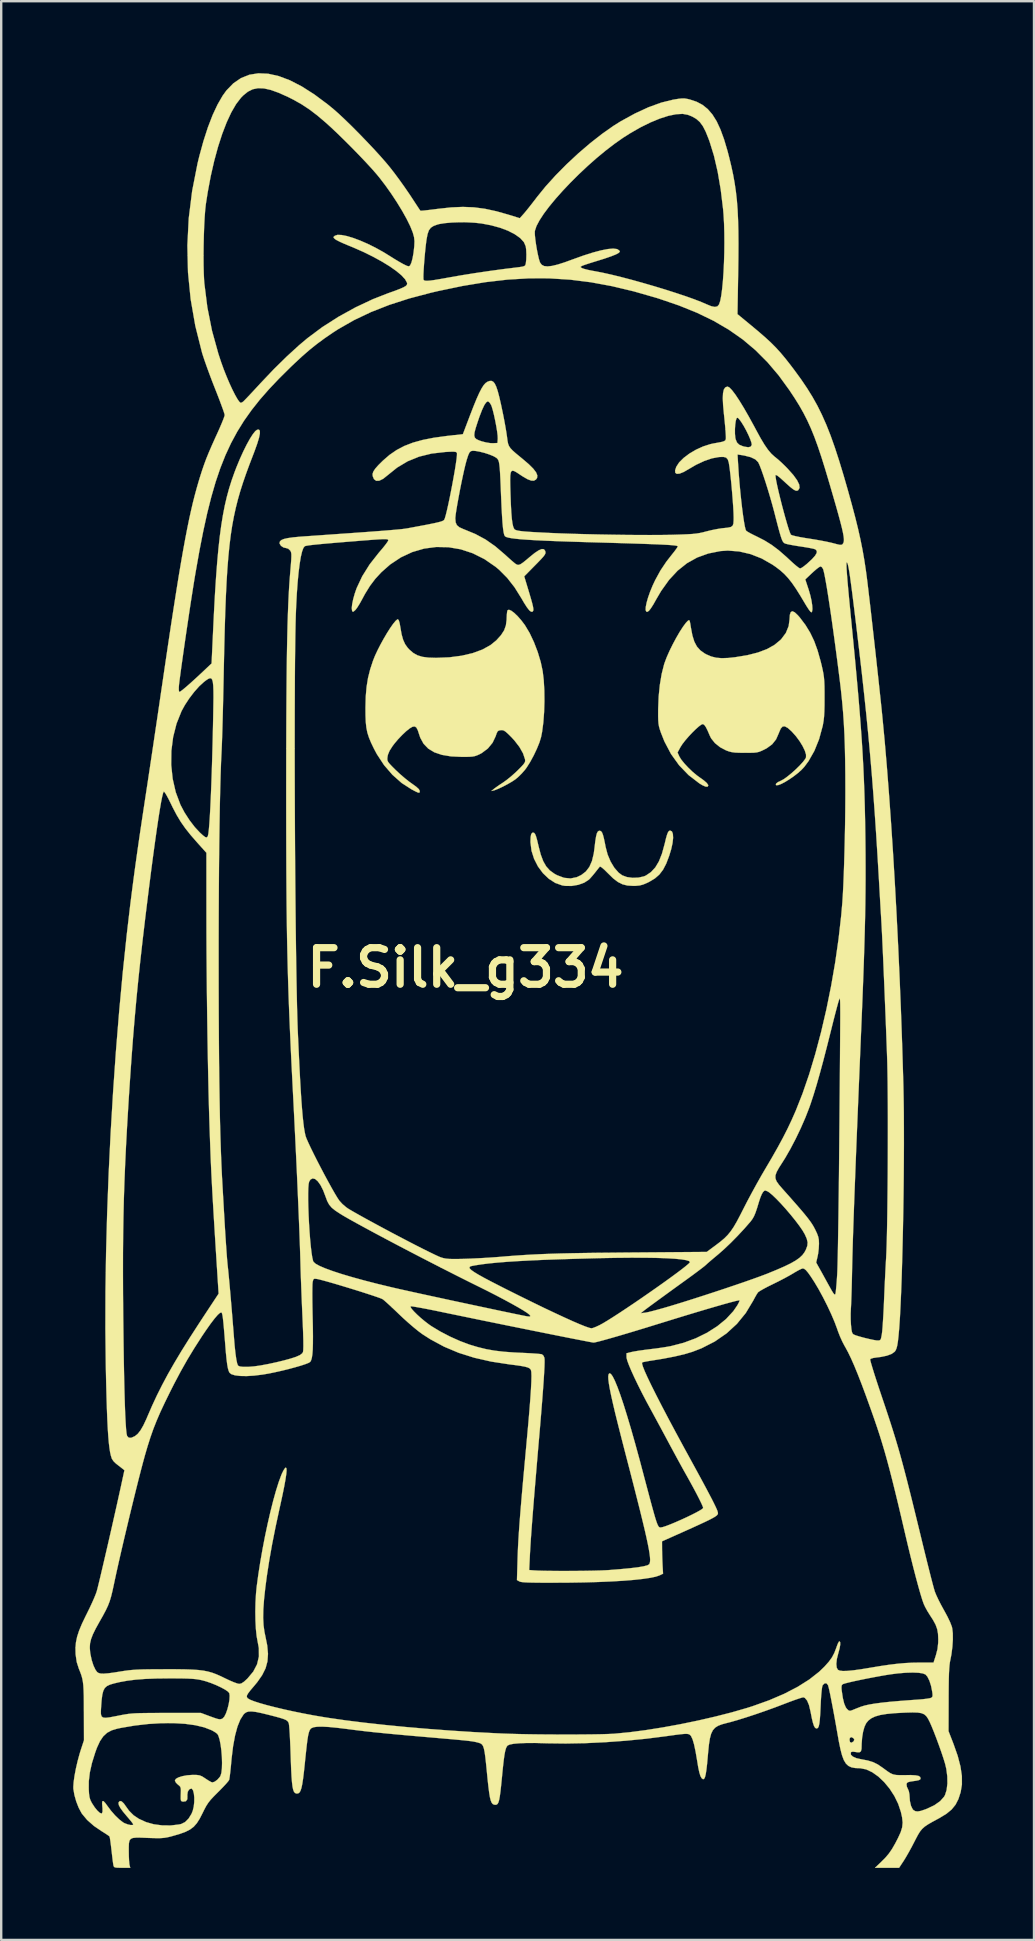
<source format=kicad_pcb>
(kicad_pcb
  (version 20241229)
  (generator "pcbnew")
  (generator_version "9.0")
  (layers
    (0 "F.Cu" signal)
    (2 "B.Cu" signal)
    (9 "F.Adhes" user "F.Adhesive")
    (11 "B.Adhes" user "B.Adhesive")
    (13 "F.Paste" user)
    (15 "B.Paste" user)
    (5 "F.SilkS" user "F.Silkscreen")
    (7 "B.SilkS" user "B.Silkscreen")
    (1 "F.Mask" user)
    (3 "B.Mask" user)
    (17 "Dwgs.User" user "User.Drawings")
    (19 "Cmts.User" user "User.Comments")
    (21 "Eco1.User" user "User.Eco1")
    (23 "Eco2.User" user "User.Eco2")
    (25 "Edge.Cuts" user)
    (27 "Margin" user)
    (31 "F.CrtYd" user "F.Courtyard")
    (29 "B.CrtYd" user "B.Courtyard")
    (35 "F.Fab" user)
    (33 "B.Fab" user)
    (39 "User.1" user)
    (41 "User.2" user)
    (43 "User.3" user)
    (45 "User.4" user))
  (footprint "F.Silk_g334"
    (layer "F.Cu")
    (at 16.346 37.275)
    (property "Reference" "F.Silk_g334" (at 0 0 0) (layer "F.SilkS") (effects (font (size 1.524 1.524) (thickness 0.3))))
    (attr through_hole)
    (fp_poly (pts (xy 8.604 -5.678) (xy 8.644 -5.572) (xy 8.653 -5.407) (xy 8.629 -5.192) (xy 8.573 -4.937) (xy 8.491 -4.666) (xy 8.367 -4.34) (xy 8.234 -4.084) (xy 8.08 -3.882) (xy 7.894 -3.72) (xy 7.662 -3.581) (xy 7.58 -3.54) (xy 7.406 -3.466) (xy 7.257 -3.427) (xy 7.088 -3.411) (xy 6.985 -3.41) (xy 6.748 -3.425) (xy 6.543 -3.476) (xy 6.352 -3.572) (xy 6.155 -3.723) (xy 5.939 -3.934) (xy 5.795 -4.077) (xy 5.684 -4.173) (xy 5.615 -4.214) (xy 5.598 -4.211) (xy 5.554 -4.158) (xy 5.477 -4.061) (xy 5.396 -3.958) (xy 5.293 -3.833) (xy 5.198 -3.725) (xy 5.144 -3.67) (xy 4.951 -3.544) (xy 4.706 -3.455) (xy 4.433 -3.408) (xy 4.16 -3.409) (xy 4.036 -3.428) (xy 3.745 -3.531) (xy 3.473 -3.706) (xy 3.229 -3.939) (xy 3.021 -4.22) (xy 2.86 -4.535) (xy 2.753 -4.871) (xy 2.71 -5.217) (xy 2.709 -5.254) (xy 2.716 -5.445) (xy 2.739 -5.564) (xy 2.781 -5.621) (xy 2.818 -5.63) (xy 2.862 -5.618) (xy 2.9 -5.573) (xy 2.938 -5.482) (xy 2.981 -5.336) (xy 3.033 -5.12) (xy 3.047 -5.059) (xy 3.138 -4.713) (xy 3.24 -4.44) (xy 3.363 -4.224) (xy 3.515 -4.054) (xy 3.704 -3.917) (xy 3.817 -3.855) (xy 4.107 -3.746) (xy 4.379 -3.719) (xy 4.641 -3.773) (xy 4.827 -3.863) (xy 5.017 -4.009) (xy 5.163 -4.2) (xy 5.271 -4.445) (xy 5.346 -4.755) (xy 5.378 -4.995) (xy 5.41 -5.268) (xy 5.442 -5.466) (xy 5.476 -5.599) (xy 5.517 -5.675) (xy 5.566 -5.706) (xy 5.601 -5.707) (xy 5.65 -5.687) (xy 5.691 -5.634) (xy 5.729 -5.538) (xy 5.769 -5.386) (xy 5.815 -5.168) (xy 5.839 -5.038) (xy 5.923 -4.719) (xy 6.048 -4.422) (xy 6.204 -4.164) (xy 6.383 -3.96) (xy 6.533 -3.849) (xy 6.729 -3.777) (xy 6.966 -3.745) (xy 7.213 -3.755) (xy 7.437 -3.806) (xy 7.52 -3.842) (xy 7.732 -3.985) (xy 7.911 -4.179) (xy 8.062 -4.433) (xy 8.189 -4.753) (xy 8.298 -5.149) (xy 8.302 -5.164) (xy 8.357 -5.394) (xy 8.403 -5.552) (xy 8.444 -5.651) (xy 8.485 -5.701) (xy 8.53 -5.715) (xy 8.604 -5.678)) (stroke (width 0.01) (type solid)) (fill yes) (layer "F.SilkS"))
    (fp_poly (pts (xy 13.72 -14.81) (xy 13.849 -14.689) (xy 13.937 -14.588) (xy 14.17 -14.279) (xy 14.365 -13.959) (xy 14.531 -13.612) (xy 14.673 -13.221) (xy 14.801 -12.767) (xy 14.844 -12.594) (xy 14.886 -12.407) (xy 14.917 -12.248) (xy 14.938 -12.095) (xy 14.952 -11.931) (xy 14.96 -11.736) (xy 14.963 -11.49) (xy 14.963 -11.261) (xy 14.962 -10.932) (xy 14.955 -10.671) (xy 14.943 -10.46) (xy 14.923 -10.283) (xy 14.895 -10.121) (xy 14.886 -10.075) (xy 14.736 -9.523) (xy 14.54 -9.037) (xy 14.296 -8.608) (xy 14.118 -8.368) (xy 13.997 -8.239) (xy 13.843 -8.103) (xy 13.668 -7.968) (xy 13.485 -7.843) (xy 13.309 -7.735) (xy 13.152 -7.654) (xy 13.028 -7.608) (xy 12.95 -7.605) (xy 12.934 -7.618) (xy 12.944 -7.672) (xy 13.024 -7.735) (xy 13.128 -7.783) (xy 13.252 -7.849) (xy 13.41 -7.961) (xy 13.586 -8.104) (xy 13.764 -8.264) (xy 13.93 -8.427) (xy 14.067 -8.578) (xy 14.161 -8.703) (xy 14.191 -8.763) (xy 14.192 -8.881) (xy 14.142 -9.045) (xy 14.049 -9.237) (xy 13.922 -9.444) (xy 13.769 -9.65) (xy 13.599 -9.84) (xy 13.586 -9.853) (xy 13.43 -9.992) (xy 13.309 -10.058) (xy 13.216 -10.05) (xy 13.139 -9.966) (xy 13.069 -9.806) (xy 13.06 -9.779) (xy 12.943 -9.514) (xy 12.78 -9.31) (xy 12.557 -9.146) (xy 12.46 -9.095) (xy 12.337 -9.036) (xy 12.236 -8.996) (xy 12.136 -8.972) (xy 12.015 -8.959) (xy 11.851 -8.955) (xy 11.643 -8.954) (xy 11.406 -8.957) (xy 11.231 -8.965) (xy 11.097 -8.983) (xy 10.981 -9.012) (xy 10.862 -9.055) (xy 10.611 -9.187) (xy 10.396 -9.36) (xy 10.238 -9.557) (xy 10.185 -9.662) (xy 10.092 -9.878) (xy 10.019 -10.024) (xy 9.958 -10.111) (xy 9.903 -10.15) (xy 9.892 -10.153) (xy 9.828 -10.129) (xy 9.724 -10.053) (xy 9.592 -9.935) (xy 9.445 -9.791) (xy 9.296 -9.631) (xy 9.157 -9.47) (xy 9.041 -9.32) (xy 8.96 -9.194) (xy 8.959 -9.193) (xy 8.838 -8.967) (xy 8.914 -8.799) (xy 8.993 -8.671) (xy 9.122 -8.511) (xy 9.284 -8.337) (xy 9.461 -8.167) (xy 9.636 -8.02) (xy 9.728 -7.953) (xy 9.929 -7.809) (xy 10.057 -7.697) (xy 10.114 -7.614) (xy 10.118 -7.591) (xy 10.088 -7.542) (xy 10.001 -7.548) (xy 9.865 -7.609) (xy 9.744 -7.683) (xy 9.296 -8.028) (xy 8.903 -8.436) (xy 8.566 -8.905) (xy 8.29 -9.429) (xy 8.143 -9.8) (xy 8.097 -9.936) (xy 8.065 -10.052) (xy 8.045 -10.168) (xy 8.034 -10.303) (xy 8.029 -10.479) (xy 8.03 -10.713) (xy 8.031 -10.795) (xy 8.051 -11.299) (xy 8.1 -11.787) (xy 8.176 -12.24) (xy 8.276 -12.635) (xy 8.3 -12.709) (xy 8.387 -12.94) (xy 8.502 -13.2) (xy 8.636 -13.472) (xy 8.78 -13.741) (xy 8.925 -13.991) (xy 9.063 -14.205) (xy 9.184 -14.368) (xy 9.257 -14.446) (xy 9.299 -14.479) (xy 9.327 -14.479) (xy 9.348 -14.434) (xy 9.37 -14.329) (xy 9.394 -14.174) (xy 9.457 -13.844) (xy 9.538 -13.585) (xy 9.646 -13.382) (xy 9.788 -13.223) (xy 9.971 -13.093) (xy 10.048 -13.052) (xy 10.246 -12.968) (xy 10.45 -12.917) (xy 10.681 -12.898) (xy 10.957 -12.908) (xy 11.234 -12.938) (xy 11.749 -13.023) (xy 12.189 -13.135) (xy 12.561 -13.276) (xy 12.871 -13.448) (xy 13.124 -13.656) (xy 13.161 -13.694) (xy 13.352 -13.951) (xy 13.468 -14.237) (xy 13.505 -14.517) (xy 13.518 -14.708) (xy 13.557 -14.82) (xy 13.623 -14.854) (xy 13.72 -14.81)) (stroke (width 0.01) (type solid)) (fill yes) (layer "F.SilkS"))
    (fp_poly (pts (xy 1.905 -14.879) (xy 2.028 -14.788) (xy 2.17 -14.653) (xy 2.32 -14.483) (xy 2.469 -14.287) (xy 2.483 -14.266) (xy 2.675 -13.945) (xy 2.854 -13.565) (xy 3.012 -13.153) (xy 3.137 -12.736) (xy 3.217 -12.361) (xy 3.262 -11.984) (xy 3.286 -11.558) (xy 3.291 -11.106) (xy 3.277 -10.652) (xy 3.245 -10.219) (xy 3.194 -9.83) (xy 3.151 -9.61) (xy 3.083 -9.387) (xy 2.976 -9.124) (xy 2.844 -8.845) (xy 2.698 -8.576) (xy 2.552 -8.344) (xy 2.478 -8.244) (xy 2.347 -8.095) (xy 2.199 -7.949) (xy 2.084 -7.852) (xy 1.937 -7.754) (xy 1.752 -7.647) (xy 1.554 -7.543) (xy 1.368 -7.456) (xy 1.221 -7.398) (xy 1.185 -7.388) (xy 1.079 -7.362) (xy 1.185 -7.451) (xy 1.274 -7.517) (xy 1.406 -7.61) (xy 1.556 -7.708) (xy 1.566 -7.715) (xy 1.718 -7.824) (xy 1.899 -7.97) (xy 2.082 -8.132) (xy 2.175 -8.221) (xy 2.321 -8.368) (xy 2.415 -8.471) (xy 2.467 -8.545) (xy 2.488 -8.605) (xy 2.485 -8.665) (xy 2.481 -8.689) (xy 2.399 -8.933) (xy 2.249 -9.199) (xy 2.04 -9.47) (xy 1.919 -9.602) (xy 1.777 -9.743) (xy 1.676 -9.833) (xy 1.601 -9.882) (xy 1.535 -9.9) (xy 1.474 -9.898) (xy 1.393 -9.884) (xy 1.34 -9.847) (xy 1.299 -9.766) (xy 1.258 -9.645) (xy 1.129 -9.373) (xy 0.932 -9.134) (xy 0.68 -8.945) (xy 0.602 -8.903) (xy 0.492 -8.852) (xy 0.394 -8.818) (xy 0.288 -8.798) (xy 0.15 -8.788) (xy -0.04 -8.785) (xy -0.148 -8.785) (xy -0.602 -8.806) (xy -0.984 -8.87) (xy -1.3 -8.977) (xy -1.552 -9.131) (xy -1.746 -9.333) (xy -1.883 -9.585) (xy -1.928 -9.717) (xy -1.987 -9.897) (xy -2.043 -10.004) (xy -2.105 -10.05) (xy -2.183 -10.046) (xy -2.217 -10.035) (xy -2.327 -9.97) (xy -2.473 -9.853) (xy -2.637 -9.698) (xy -2.805 -9.522) (xy -2.959 -9.34) (xy -3.037 -9.237) (xy -3.164 -9.038) (xy -3.233 -8.87) (xy -3.249 -8.783) (xy -3.257 -8.702) (xy -3.251 -8.638) (xy -3.222 -8.574) (xy -3.161 -8.496) (xy -3.059 -8.388) (xy -2.916 -8.245) (xy -2.734 -8.075) (xy -2.531 -7.9) (xy -2.337 -7.746) (xy -2.233 -7.672) (xy -2.052 -7.541) (xy -1.944 -7.442) (xy -1.905 -7.37) (xy -1.905 -7.366) (xy -1.909 -7.313) (xy -1.931 -7.291) (xy -1.985 -7.301) (xy -2.085 -7.347) (xy -2.244 -7.431) (xy -2.245 -7.431) (xy -2.659 -7.698) (xy -3.043 -8.038) (xy -3.391 -8.441) (xy -3.693 -8.901) (xy -3.81 -9.121) (xy -3.932 -9.373) (xy -4.022 -9.591) (xy -4.087 -9.794) (xy -4.129 -10.004) (xy -4.154 -10.239) (xy -4.165 -10.52) (xy -4.167 -10.837) (xy -4.155 -11.3) (xy -4.12 -11.705) (xy -4.06 -12.076) (xy -3.969 -12.438) (xy -3.851 -12.796) (xy -3.768 -13.003) (xy -3.66 -13.234) (xy -3.536 -13.476) (xy -3.402 -13.719) (xy -3.266 -13.95) (xy -3.134 -14.157) (xy -3.014 -14.328) (xy -2.913 -14.451) (xy -2.839 -14.514) (xy -2.818 -14.52) (xy -2.78 -14.481) (xy -2.744 -14.362) (xy -2.712 -14.183) (xy -2.661 -13.891) (xy -2.597 -13.664) (xy -2.515 -13.483) (xy -2.406 -13.33) (xy -2.332 -13.251) (xy -2.173 -13.115) (xy -2 -13.018) (xy -1.796 -12.955) (xy -1.544 -12.922) (xy -1.227 -12.912) (xy -1.226 -12.912) (xy -0.67 -12.934) (xy -0.159 -13.001) (xy 0.302 -13.109) (xy 0.705 -13.257) (xy 1.043 -13.444) (xy 1.288 -13.643) (xy 1.482 -13.859) (xy 1.611 -14.058) (xy 1.685 -14.265) (xy 1.715 -14.5) (xy 1.716 -14.545) (xy 1.723 -14.701) (xy 1.736 -14.826) (xy 1.752 -14.893) (xy 1.753 -14.894) (xy 1.81 -14.917) (xy 1.905 -14.879)) (stroke (width 0.01) (type solid)) (fill yes) (layer "F.SilkS"))
    (fp_poly (pts (xy -8.221 -37.252) (xy -7.784 -37.155) (xy -7.318 -36.98) (xy -6.823 -36.725) (xy -6.3 -36.392) (xy -5.748 -35.981) (xy -5.503 -35.781) (xy -5.285 -35.589) (xy -5.026 -35.346) (xy -4.737 -35.065) (xy -4.432 -34.758) (xy -4.125 -34.44) (xy -3.826 -34.124) (xy -3.55 -33.822) (xy -3.31 -33.548) (xy -3.145 -33.349) (xy -2.962 -33.114) (xy -2.756 -32.836) (xy -2.549 -32.546) (xy -2.361 -32.273) (xy -2.302 -32.185) (xy -2.169 -31.982) (xy -2.052 -31.804) (xy -1.96 -31.664) (xy -1.899 -31.573) (xy -1.879 -31.543) (xy -1.834 -31.543) (xy -1.72 -31.553) (xy -1.55 -31.572) (xy -1.337 -31.598) (xy -1.141 -31.623) (xy -0.598 -31.682) (xy -0.108 -31.703) (xy 0.354 -31.685) (xy 0.812 -31.625) (xy 1.29 -31.521) (xy 1.778 -31.383) (xy 2.264 -31.233) (xy 2.429 -31.417) (xy 2.515 -31.519) (xy 2.638 -31.671) (xy 2.781 -31.853) (xy 2.932 -32.049) (xy 2.974 -32.105) (xy 3.339 -32.555) (xy 3.758 -33.018) (xy 4.217 -33.482) (xy 4.701 -33.933) (xy 5.197 -34.358) (xy 5.69 -34.744) (xy 6.165 -35.079) (xy 6.463 -35.266) (xy 7.063 -35.595) (xy 7.629 -35.857) (xy 8.159 -36.049) (xy 8.648 -36.17) (xy 8.693 -36.178) (xy 8.887 -36.209) (xy 9.027 -36.223) (xy 9.14 -36.221) (xy 9.256 -36.201) (xy 9.359 -36.176) (xy 9.635 -36.084) (xy 9.879 -35.954) (xy 10.096 -35.78) (xy 10.29 -35.555) (xy 10.466 -35.274) (xy 10.626 -34.929) (xy 10.777 -34.515) (xy 10.922 -34.026) (xy 10.987 -33.776) (xy 11.077 -33.402) (xy 11.154 -33.046) (xy 11.217 -32.696) (xy 11.269 -32.343) (xy 11.31 -31.977) (xy 11.34 -31.587) (xy 11.36 -31.163) (xy 11.372 -30.694) (xy 11.376 -30.171) (xy 11.373 -29.582) (xy 11.365 -28.995) (xy 11.335 -27.235) (xy 11.88 -26.786) (xy 12.211 -26.51) (xy 12.488 -26.27) (xy 12.725 -26.052) (xy 12.936 -25.84) (xy 13.135 -25.621) (xy 13.337 -25.379) (xy 13.555 -25.101) (xy 13.717 -24.887) (xy 13.99 -24.512) (xy 14.236 -24.148) (xy 14.46 -23.787) (xy 14.666 -23.418) (xy 14.857 -23.032) (xy 15.04 -22.619) (xy 15.217 -22.17) (xy 15.393 -21.674) (xy 15.572 -21.124) (xy 15.759 -20.508) (xy 15.935 -19.897) (xy 16.1 -19.3) (xy 16.241 -18.769) (xy 16.36 -18.287) (xy 16.46 -17.84) (xy 16.546 -17.412) (xy 16.62 -16.988) (xy 16.686 -16.553) (xy 16.72 -16.298) (xy 16.748 -16.077) (xy 16.783 -15.783) (xy 16.825 -15.426) (xy 16.873 -15.017) (xy 16.924 -14.568) (xy 16.978 -14.089) (xy 17.034 -13.591) (xy 17.091 -13.084) (xy 17.146 -12.58) (xy 17.2 -12.09) (xy 17.25 -11.624) (xy 17.296 -11.193) (xy 17.337 -10.808) (xy 17.37 -10.48) (xy 17.376 -10.42) (xy 17.47 -9.431) (xy 17.561 -8.366) (xy 17.649 -7.233) (xy 17.734 -6.043) (xy 17.816 -4.804) (xy 17.893 -3.524) (xy 17.965 -2.213) (xy 18.032 -0.879) (xy 18.093 0.468) (xy 18.148 1.821) (xy 18.196 3.169) (xy 18.237 4.505) (xy 18.249 4.932) (xy 18.259 5.452) (xy 18.267 6.029) (xy 18.27 6.654) (xy 18.271 7.318) (xy 18.268 8.012) (xy 18.263 8.726) (xy 18.255 9.451) (xy 18.244 10.177) (xy 18.23 10.896) (xy 18.214 11.598) (xy 18.196 12.274) (xy 18.177 12.915) (xy 18.155 13.511) (xy 18.131 14.053) (xy 18.107 14.532) (xy 18.08 14.938) (xy 18.072 15.05) (xy 18.045 15.352) (xy 18.019 15.583) (xy 17.991 15.752) (xy 17.958 15.874) (xy 17.918 15.959) (xy 17.884 16.004) (xy 17.757 16.094) (xy 17.561 16.167) (xy 17.309 16.22) (xy 17.174 16.236) (xy 17 16.261) (xy 16.893 16.294) (xy 16.864 16.32) (xy 16.872 16.372) (xy 16.905 16.495) (xy 16.96 16.679) (xy 17.033 16.916) (xy 17.123 17.196) (xy 17.226 17.51) (xy 17.34 17.85) (xy 17.352 17.886) (xy 17.485 18.28) (xy 17.605 18.641) (xy 17.715 18.977) (xy 17.817 19.297) (xy 17.913 19.608) (xy 18.006 19.92) (xy 18.098 20.24) (xy 18.191 20.577) (xy 18.288 20.94) (xy 18.391 21.335) (xy 18.502 21.773) (xy 18.624 22.261) (xy 18.758 22.808) (xy 18.908 23.421) (xy 19.049 24.003) (xy 19.142 24.383) (xy 19.232 24.747) (xy 19.317 25.085) (xy 19.393 25.386) (xy 19.459 25.64) (xy 19.512 25.837) (xy 19.549 25.965) (xy 19.557 25.993) (xy 19.615 26.136) (xy 19.704 26.328) (xy 19.814 26.543) (xy 19.932 26.759) (xy 19.942 26.776) (xy 20.084 27.038) (xy 20.194 27.268) (xy 20.265 27.451) (xy 20.282 27.516) (xy 20.308 27.73) (xy 20.31 28) (xy 20.29 28.302) (xy 20.251 28.61) (xy 20.209 28.829) (xy 20.187 28.938) (xy 20.171 29.064) (xy 20.158 29.217) (xy 20.148 29.408) (xy 20.141 29.647) (xy 20.137 29.946) (xy 20.134 30.314) (xy 20.134 30.48) (xy 20.13 31.814) (xy 20.336 32.343) (xy 20.511 32.84) (xy 20.627 33.284) (xy 20.686 33.681) (xy 20.688 34.037) (xy 20.635 34.355) (xy 20.542 34.643) (xy 20.421 34.879) (xy 20.258 35.079) (xy 20.04 35.258) (xy 19.753 35.433) (xy 19.714 35.454) (xy 19.466 35.588) (xy 19.28 35.695) (xy 19.139 35.79) (xy 19.032 35.886) (xy 18.942 35.996) (xy 18.857 36.134) (xy 18.762 36.313) (xy 18.711 36.413) (xy 18.595 36.637) (xy 18.471 36.863) (xy 18.355 37.065) (xy 18.261 37.218) (xy 18.258 37.222) (xy 18.07 37.507) (xy 17.067 37.507) (xy 17.322 37.264) (xy 17.498 37.087) (xy 17.644 36.914) (xy 17.776 36.722) (xy 17.909 36.491) (xy 18.026 36.265) (xy 18.137 36.022) (xy 18.199 35.818) (xy 18.218 35.622) (xy 18.195 35.405) (xy 18.145 35.179) (xy 18.032 34.842) (xy 17.873 34.516) (xy 17.676 34.211) (xy 17.45 33.938) (xy 17.206 33.706) (xy 16.952 33.526) (xy 16.698 33.407) (xy 16.454 33.359) (xy 16.429 33.358) (xy 16.24 33.35) (xy 16.084 33.321) (xy 15.958 33.261) (xy 15.854 33.164) (xy 15.767 33.02) (xy 15.693 32.822) (xy 15.664 32.711) (xy 16.056 32.711) (xy 16.063 32.798) (xy 16.146 32.876) (xy 16.295 32.941) (xy 16.493 32.985) (xy 16.767 33.037) (xy 16.988 33.105) (xy 17.186 33.203) (xy 17.392 33.344) (xy 17.406 33.354) (xy 17.576 33.48) (xy 17.706 33.565) (xy 17.82 33.615) (xy 17.944 33.64) (xy 18.103 33.647) (xy 18.315 33.645) (xy 18.573 33.644) (xy 18.757 33.655) (xy 18.877 33.678) (xy 18.943 33.717) (xy 18.965 33.773) (xy 18.965 33.78) (xy 18.951 33.824) (xy 18.895 33.854) (xy 18.783 33.879) (xy 18.68 33.893) (xy 18.526 33.917) (xy 18.437 33.942) (xy 18.395 33.977) (xy 18.38 34.025) (xy 18.394 34.131) (xy 18.433 34.214) (xy 18.477 34.319) (xy 18.501 34.455) (xy 18.502 34.479) (xy 18.52 34.724) (xy 18.566 34.925) (xy 18.635 35.066) (xy 18.672 35.105) (xy 18.75 35.149) (xy 18.847 35.16) (xy 18.98 35.135) (xy 19.166 35.072) (xy 19.233 35.046) (xy 19.54 34.9) (xy 19.779 34.732) (xy 19.944 34.546) (xy 19.983 34.477) (xy 20.051 34.264) (xy 20.083 33.996) (xy 20.078 33.695) (xy 20.037 33.383) (xy 19.989 33.179) (xy 19.924 32.966) (xy 19.837 32.704) (xy 19.735 32.415) (xy 19.627 32.121) (xy 19.52 31.844) (xy 19.423 31.606) (xy 19.347 31.433) (xy 19.273 31.289) (xy 19.199 31.183) (xy 19.112 31.109) (xy 18.998 31.063) (xy 18.844 31.039) (xy 18.635 31.033) (xy 18.359 31.04) (xy 18.283 31.043) (xy 17.878 31.065) (xy 17.547 31.097) (xy 17.282 31.141) (xy 17.073 31.201) (xy 16.911 31.278) (xy 16.785 31.376) (xy 16.696 31.486) (xy 16.627 31.632) (xy 16.569 31.839) (xy 16.529 32.082) (xy 16.51 32.337) (xy 16.509 32.388) (xy 16.504 32.555) (xy 16.479 32.652) (xy 16.424 32.693) (xy 16.327 32.693) (xy 16.263 32.683) (xy 16.141 32.667) (xy 16.078 32.681) (xy 16.056 32.711) (xy 15.664 32.711) (xy 15.625 32.561) (xy 15.557 32.229) (xy 15.547 32.169) (xy 16.002 32.169) (xy 16.025 32.268) (xy 16.084 32.296) (xy 16.163 32.246) (xy 16.173 32.235) (xy 16.205 32.171) (xy 16.168 32.109) (xy 16.161 32.103) (xy 16.081 32.061) (xy 16.02 32.094) (xy 16.002 32.169) (xy 15.547 32.169) (xy 15.516 31.997) (xy 15.443 31.581) (xy 15.373 31.191) (xy 15.307 30.836) (xy 15.247 30.525) (xy 15.196 30.266) (xy 15.153 30.069) (xy 15.124 29.948) (xy 15.669 29.948) (xy 15.672 30.055) (xy 15.679 30.124) (xy 15.726 30.436) (xy 15.783 30.669) (xy 15.853 30.829) (xy 15.9 30.89) (xy 15.969 30.952) (xy 16.027 30.967) (xy 16.111 30.942) (xy 16.16 30.921) (xy 16.314 30.859) (xy 16.471 30.798) (xy 16.481 30.794) (xy 16.634 30.747) (xy 16.825 30.704) (xy 17.062 30.664) (xy 17.352 30.626) (xy 17.702 30.589) (xy 18.119 30.553) (xy 18.61 30.516) (xy 18.858 30.499) (xy 19.05 30.483) (xy 19.219 30.463) (xy 19.341 30.443) (xy 19.381 30.433) (xy 19.439 30.403) (xy 19.464 30.357) (xy 19.463 30.27) (xy 19.451 30.176) (xy 19.403 29.929) (xy 19.334 29.713) (xy 19.251 29.545) (xy 19.17 29.452) (xy 19.059 29.408) (xy 18.877 29.38) (xy 18.637 29.371) (xy 18.351 29.379) (xy 18.031 29.405) (xy 17.738 29.442) (xy 17.513 29.477) (xy 17.257 29.522) (xy 16.982 29.573) (xy 16.702 29.627) (xy 16.433 29.682) (xy 16.188 29.734) (xy 15.982 29.782) (xy 15.829 29.821) (xy 15.742 29.848) (xy 15.736 29.851) (xy 15.688 29.888) (xy 15.669 29.948) (xy 15.124 29.948) (xy 15.123 29.941) (xy 15.111 29.904) (xy 15.051 29.824) (xy 14.973 29.818) (xy 14.896 29.886) (xy 14.877 29.92) (xy 14.86 29.993) (xy 14.842 30.134) (xy 14.824 30.328) (xy 14.809 30.559) (xy 14.8 30.759) (xy 14.785 31.076) (xy 14.768 31.317) (xy 14.748 31.491) (xy 14.723 31.607) (xy 14.69 31.674) (xy 14.649 31.7) (xy 14.615 31.7) (xy 14.568 31.671) (xy 14.524 31.597) (xy 14.481 31.469) (xy 14.434 31.276) (xy 14.382 31.01) (xy 14.378 30.99) (xy 14.315 30.726) (xy 14.236 30.538) (xy 14.144 30.429) (xy 14.085 30.403) (xy 14.026 30.414) (xy 13.902 30.452) (xy 13.726 30.512) (xy 13.513 30.59) (xy 13.274 30.681) (xy 13.264 30.685) (xy 12.885 30.829) (xy 12.486 30.973) (xy 12.084 31.112) (xy 11.697 31.239) (xy 11.343 31.349) (xy 11.039 31.436) (xy 10.896 31.472) (xy 10.691 31.527) (xy 10.528 31.589) (xy 10.403 31.669) (xy 10.308 31.777) (xy 10.237 31.923) (xy 10.185 32.119) (xy 10.145 32.374) (xy 10.112 32.7) (xy 10.1 32.835) (xy 10.07 33.167) (xy 10.041 33.422) (xy 10.012 33.607) (xy 9.981 33.73) (xy 9.947 33.797) (xy 9.908 33.817) (xy 9.895 33.814) (xy 9.841 33.773) (xy 9.792 33.684) (xy 9.746 33.536) (xy 9.7 33.321) (xy 9.653 33.035) (xy 9.589 32.661) (xy 9.527 32.369) (xy 9.465 32.157) (xy 9.402 32.022) (xy 9.373 31.985) (xy 9.337 31.955) (xy 9.292 31.936) (xy 9.226 31.926) (xy 9.127 31.928) (xy 8.984 31.94) (xy 8.787 31.964) (xy 8.523 32) (xy 8.34 32.026) (xy 7.526 32.129) (xy 6.681 32.212) (xy 5.828 32.274) (xy 4.987 32.314) (xy 4.18 32.329) (xy 3.429 32.32) (xy 3.323 32.317) (xy 2.909 32.306) (xy 2.549 32.307) (xy 2.247 32.318) (xy 2.01 32.339) (xy 1.845 32.371) (xy 1.757 32.412) (xy 1.757 32.412) (xy 1.718 32.463) (xy 1.684 32.539) (xy 1.654 32.65) (xy 1.625 32.804) (xy 1.596 33.012) (xy 1.565 33.284) (xy 1.53 33.629) (xy 1.524 33.699) (xy 1.489 34.049) (xy 1.459 34.324) (xy 1.431 34.531) (xy 1.403 34.681) (xy 1.373 34.783) (xy 1.339 34.844) (xy 1.299 34.874) (xy 1.251 34.883) (xy 1.251 34.883) (xy 1.188 34.875) (xy 1.135 34.848) (xy 1.091 34.793) (xy 1.053 34.701) (xy 1.019 34.565) (xy 0.988 34.375) (xy 0.956 34.124) (xy 0.921 33.803) (xy 0.892 33.503) (xy 0.858 33.162) (xy 0.828 32.895) (xy 0.8 32.693) (xy 0.77 32.546) (xy 0.737 32.444) (xy 0.697 32.377) (xy 0.649 32.336) (xy 0.589 32.31) (xy 0.579 32.306) (xy 0.506 32.285) (xy 0.433 32.267) (xy 0.35 32.25) (xy 0.248 32.234) (xy 0.118 32.217) (xy -0.05 32.199) (xy -0.265 32.178) (xy -0.537 32.153) (xy -0.874 32.124) (xy -1.273 32.089) (xy -1.853 32.039) (xy -2.359 31.995) (xy -2.801 31.955) (xy -3.189 31.919) (xy -3.531 31.885) (xy -3.84 31.854) (xy -4.124 31.823) (xy -4.393 31.791) (xy -4.657 31.759) (xy -4.911 31.726) (xy -5.337 31.674) (xy -5.686 31.64) (xy -5.964 31.625) (xy -6.175 31.629) (xy -6.325 31.65) (xy -6.421 31.69) (xy -6.43 31.697) (xy -6.468 31.737) (xy -6.5 31.794) (xy -6.529 31.879) (xy -6.557 32) (xy -6.584 32.166) (xy -6.612 32.388) (xy -6.644 32.674) (xy -6.682 33.033) (xy -6.688 33.099) (xy -6.728 33.477) (xy -6.764 33.778) (xy -6.799 34.011) (xy -6.835 34.182) (xy -6.875 34.3) (xy -6.919 34.373) (xy -6.972 34.408) (xy -7.034 34.413) (xy -7.057 34.409) (xy -7.105 34.388) (xy -7.146 34.338) (xy -7.179 34.254) (xy -7.206 34.126) (xy -7.228 33.947) (xy -7.247 33.711) (xy -7.263 33.408) (xy -7.277 33.032) (xy -7.284 32.825) (xy -7.295 32.505) (xy -7.308 32.208) (xy -7.321 31.946) (xy -7.335 31.731) (xy -7.349 31.574) (xy -7.362 31.488) (xy -7.364 31.48) (xy -7.39 31.427) (xy -7.429 31.382) (xy -7.494 31.341) (xy -7.596 31.3) (xy -7.747 31.253) (xy -7.959 31.195) (xy -8.206 31.132) (xy -8.505 31.059) (xy -8.735 31.012) (xy -8.909 30.992) (xy -9.039 30.997) (xy -9.136 31.027) (xy -9.214 31.083) (xy -9.248 31.12) (xy -9.383 31.332) (xy -9.501 31.624) (xy -9.601 31.994) (xy -9.683 32.439) (xy -9.746 32.957) (xy -9.755 33.055) (xy -9.777 33.297) (xy -9.8 33.513) (xy -9.821 33.689) (xy -9.839 33.807) (xy -9.848 33.847) (xy -9.889 33.906) (xy -9.978 34.01) (xy -10.105 34.146) (xy -10.257 34.302) (xy -10.309 34.353) (xy -10.487 34.532) (xy -10.619 34.674) (xy -10.719 34.801) (xy -10.804 34.933) (xy -10.888 35.091) (xy -10.953 35.224) (xy -11.075 35.462) (xy -11.194 35.649) (xy -11.324 35.797) (xy -11.48 35.914) (xy -11.675 36.013) (xy -11.924 36.102) (xy -12.241 36.193) (xy -12.277 36.203) (xy -12.415 36.236) (xy -12.545 36.258) (xy -12.686 36.27) (xy -12.859 36.272) (xy -13.085 36.267) (xy -13.231 36.262) (xy -13.51 36.251) (xy -13.715 36.249) (xy -13.858 36.264) (xy -13.949 36.304) (xy -14.001 36.375) (xy -14.024 36.486) (xy -14.03 36.645) (xy -14.03 36.815) (xy -14.027 37.016) (xy -14.019 37.197) (xy -14.008 37.333) (xy -13.999 37.391) (xy -13.968 37.507) (xy -14.307 37.507) (xy -14.476 37.506) (xy -14.579 37.497) (xy -14.634 37.477) (xy -14.66 37.441) (xy -14.668 37.412) (xy -14.681 37.335) (xy -14.701 37.193) (xy -14.723 37.006) (xy -14.747 36.794) (xy -14.749 36.781) (xy -14.773 36.575) (xy -14.796 36.399) (xy -14.816 36.27) (xy -14.831 36.207) (xy -14.832 36.204) (xy -14.878 36.165) (xy -14.979 36.096) (xy -15.113 36.011) (xy -15.147 35.991) (xy -15.48 35.765) (xy -15.762 35.517) (xy -15.977 35.259) (xy -16.002 35.221) (xy -16.118 35.003) (xy -16.219 34.744) (xy -16.295 34.476) (xy -16.336 34.232) (xy -16.337 34.223) (xy -15.698 34.223) (xy -15.686 34.423) (xy -15.666 34.566) (xy -15.631 34.681) (xy -15.575 34.794) (xy -15.559 34.821) (xy -15.45 34.988) (xy -15.341 35.122) (xy -15.244 35.212) (xy -15.17 35.245) (xy -15.151 35.24) (xy -15.124 35.176) (xy -15.124 35.034) (xy -15.131 34.962) (xy -15.142 34.806) (xy -15.127 34.729) (xy -15.083 34.73) (xy -15.008 34.809) (xy -14.932 34.913) (xy -14.772 35.127) (xy -14.597 35.327) (xy -14.423 35.494) (xy -14.268 35.614) (xy -14.203 35.65) (xy -14.067 35.701) (xy -13.947 35.726) (xy -13.866 35.723) (xy -13.843 35.698) (xy -13.869 35.654) (xy -13.939 35.562) (xy -14.041 35.44) (xy -14.101 35.37) (xy -14.271 35.166) (xy -14.384 35.01) (xy -14.445 34.893) (xy -14.458 34.807) (xy -14.451 34.777) (xy -14.4 34.724) (xy -14.324 34.742) (xy -14.235 34.827) (xy -14.196 34.883) (xy -14.019 35.129) (xy -13.832 35.317) (xy -13.61 35.466) (xy -13.329 35.595) (xy -13.295 35.608) (xy -12.988 35.694) (xy -12.638 35.74) (xy -12.277 35.743) (xy -11.936 35.702) (xy -11.845 35.682) (xy -11.684 35.602) (xy -11.536 35.454) (xy -11.415 35.256) (xy -11.365 35.133) (xy -11.323 34.959) (xy -11.302 34.77) (xy -11.3 34.582) (xy -11.317 34.415) (xy -11.35 34.286) (xy -11.4 34.214) (xy -11.428 34.205) (xy -11.514 34.243) (xy -11.572 34.34) (xy -11.59 34.472) (xy -11.587 34.508) (xy -11.591 34.652) (xy -11.649 34.733) (xy -11.763 34.75) (xy -11.777 34.748) (xy -11.828 34.736) (xy -11.856 34.703) (xy -11.866 34.631) (xy -11.865 34.501) (xy -11.863 34.437) (xy -11.858 34.279) (xy -11.866 34.182) (xy -11.893 34.12) (xy -11.946 34.068) (xy -11.979 34.044) (xy -12.064 33.961) (xy -12.106 33.881) (xy -12.107 33.869) (xy -12.068 33.802) (xy -11.96 33.741) (xy -11.799 33.69) (xy -11.602 33.653) (xy -11.385 33.637) (xy -11.361 33.636) (xy -11.195 33.639) (xy -11.079 33.656) (xy -10.977 33.697) (xy -10.855 33.775) (xy -10.829 33.793) (xy -10.703 33.874) (xy -10.601 33.931) (xy -10.547 33.951) (xy -10.448 33.918) (xy -10.335 33.834) (xy -10.236 33.721) (xy -10.211 33.68) (xy -10.171 33.555) (xy -10.149 33.368) (xy -10.143 33.137) (xy -10.15 32.883) (xy -10.171 32.624) (xy -10.203 32.378) (xy -10.245 32.165) (xy -10.296 32.004) (xy -10.338 31.93) (xy -10.404 31.877) (xy -10.514 31.809) (xy -10.581 31.773) (xy -10.885 31.655) (xy -11.257 31.566) (xy -11.688 31.507) (xy -12.166 31.479) (xy -12.68 31.482) (xy -13.221 31.515) (xy -13.777 31.579) (xy -14.338 31.674) (xy -14.504 31.708) (xy -14.74 31.778) (xy -14.933 31.881) (xy -15.093 32.029) (xy -15.231 32.233) (xy -15.356 32.504) (xy -15.428 32.703) (xy -15.565 33.143) (xy -15.653 33.536) (xy -15.696 33.9) (xy -15.698 34.223) (xy -16.337 34.223) (xy -16.341 34.142) (xy -16.327 33.935) (xy -16.29 33.671) (xy -16.233 33.371) (xy -16.161 33.059) (xy -16.079 32.757) (xy -16.033 32.608) (xy -15.897 32.194) (xy -15.9 31.009) (xy -15.901 30.96) (xy -15.192 30.96) (xy -15.191 31.103) (xy -15.164 31.196) (xy -15.103 31.245) (xy -14.995 31.258) (xy -14.83 31.239) (xy -14.598 31.195) (xy -14.471 31.17) (xy -14.315 31.139) (xy -14.178 31.115) (xy -14.048 31.095) (xy -13.912 31.081) (xy -13.76 31.07) (xy -13.578 31.063) (xy -13.355 31.059) (xy -13.08 31.056) (xy -12.74 31.055) (xy -12.467 31.055) (xy -11.028 31.053) (xy -10.668 31.187) (xy -10.475 31.257) (xy -10.344 31.3) (xy -10.256 31.318) (xy -10.192 31.315) (xy -10.137 31.294) (xy -10.118 31.285) (xy -10.049 31.21) (xy -9.98 31.073) (xy -9.918 30.895) (xy -9.868 30.698) (xy -9.835 30.505) (xy -9.826 30.337) (xy -9.841 30.23) (xy -9.896 30.165) (xy -10.016 30.082) (xy -10.184 29.991) (xy -10.384 29.897) (xy -10.599 29.81) (xy -10.814 29.736) (xy -10.986 29.69) (xy -11.11 29.664) (xy -11.243 29.645) (xy -11.397 29.631) (xy -11.586 29.622) (xy -11.823 29.616) (xy -12.121 29.614) (xy -12.383 29.614) (xy -12.9 29.62) (xy -13.348 29.637) (xy -13.741 29.667) (xy -14.091 29.711) (xy -14.415 29.77) (xy -14.639 29.823) (xy -14.81 29.873) (xy -14.937 29.933) (xy -15.028 30.014) (xy -15.091 30.131) (xy -15.133 30.296) (xy -15.162 30.522) (xy -15.18 30.761) (xy -15.192 30.96) (xy -15.901 30.96) (xy -15.902 30.637) (xy -15.905 30.338) (xy -15.913 30.098) (xy -15.924 29.906) (xy -15.943 29.748) (xy -15.969 29.613) (xy -16.004 29.488) (xy -16.05 29.36) (xy -16.108 29.217) (xy -16.11 29.212) (xy -16.199 28.933) (xy -16.244 28.621) (xy -16.246 28.593) (xy -16.251 28.346) (xy -16.25 28.333) (xy -15.655 28.333) (xy -15.64 28.521) (xy -15.63 28.591) (xy -15.576 28.849) (xy -15.502 29.078) (xy -15.416 29.259) (xy -15.348 29.35) (xy -15.288 29.39) (xy -15.201 29.413) (xy -15.073 29.417) (xy -14.895 29.404) (xy -14.655 29.372) (xy -14.38 29.328) (xy -14.208 29.301) (xy -14.047 29.279) (xy -13.883 29.263) (xy -13.703 29.251) (xy -13.493 29.242) (xy -13.24 29.237) (xy -12.93 29.234) (xy -12.551 29.233) (xy -12.509 29.233) (xy -12.069 29.233) (xy -11.702 29.238) (xy -11.397 29.248) (xy -11.141 29.265) (xy -10.923 29.291) (xy -10.731 29.329) (xy -10.555 29.378) (xy -10.381 29.443) (xy -10.199 29.523) (xy -10.012 29.614) (xy -9.821 29.704) (xy -9.646 29.778) (xy -9.508 29.827) (xy -9.427 29.845) (xy -9.336 29.824) (xy -9.228 29.753) (xy -9.086 29.623) (xy -9.082 29.619) (xy -8.842 29.331) (xy -8.684 29.028) (xy -8.607 28.703) (xy -8.61 28.352) (xy -8.659 28.088) (xy -8.702 27.853) (xy -8.733 27.552) (xy -8.751 27.206) (xy -8.757 26.833) (xy -8.749 26.453) (xy -8.728 26.083) (xy -8.701 25.802) (xy -8.633 25.297) (xy -8.551 24.77) (xy -8.457 24.233) (xy -8.354 23.697) (xy -8.243 23.173) (xy -8.128 22.673) (xy -8.011 22.208) (xy -7.894 21.79) (xy -7.781 21.43) (xy -7.673 21.139) (xy -7.644 21.071) (xy -7.581 20.945) (xy -7.523 20.857) (xy -7.487 20.828) (xy -7.461 20.857) (xy -7.454 20.948) (xy -7.467 21.102) (xy -7.5 21.325) (xy -7.553 21.618) (xy -7.628 21.986) (xy -7.725 22.432) (xy -7.743 22.512) (xy -7.913 23.3) (xy -8.057 24.025) (xy -8.177 24.704) (xy -8.277 25.354) (xy -8.341 25.84) (xy -8.393 26.321) (xy -8.423 26.733) (xy -8.43 27.089) (xy -8.414 27.401) (xy -8.375 27.682) (xy -8.343 27.834) (xy -8.261 28.24) (xy -8.229 28.592) (xy -8.251 28.905) (xy -8.33 29.195) (xy -8.471 29.478) (xy -8.676 29.772) (xy -8.825 29.951) (xy -8.97 30.122) (xy -9.062 30.244) (xy -9.107 30.33) (xy -9.11 30.39) (xy -9.078 30.439) (xy -9.069 30.448) (xy -8.971 30.505) (xy -8.799 30.572) (xy -8.562 30.648) (xy -8.27 30.731) (xy -7.932 30.817) (xy -7.559 30.906) (xy -7.158 30.994) (xy -6.74 31.079) (xy -6.315 31.159) (xy -5.891 31.231) (xy -5.715 31.259) (xy -5.002 31.362) (xy -4.217 31.46) (xy -3.375 31.553) (xy -2.488 31.64) (xy -1.569 31.719) (xy -0.633 31.789) (xy 0.308 31.85) (xy 1.241 31.899) (xy 1.566 31.914) (xy 1.892 31.925) (xy 2.268 31.935) (xy 2.683 31.943) (xy 3.125 31.949) (xy 3.581 31.952) (xy 4.04 31.954) (xy 4.489 31.954) (xy 4.917 31.951) (xy 5.312 31.947) (xy 5.661 31.941) (xy 5.953 31.932) (xy 6.175 31.922) (xy 6.223 31.918) (xy 6.836 31.859) (xy 7.508 31.771) (xy 8.22 31.658) (xy 8.954 31.524) (xy 9.69 31.372) (xy 10.41 31.206) (xy 11.095 31.031) (xy 11.725 30.849) (xy 11.959 30.775) (xy 12.651 30.528) (xy 13.28 30.258) (xy 13.841 29.968) (xy 14.329 29.66) (xy 14.74 29.337) (xy 14.962 29.122) (xy 15.142 28.92) (xy 15.273 28.739) (xy 15.372 28.551) (xy 15.458 28.327) (xy 15.47 28.289) (xy 15.517 28.167) (xy 15.56 28.086) (xy 15.582 28.067) (xy 15.614 28.104) (xy 15.617 28.208) (xy 15.591 28.364) (xy 15.538 28.561) (xy 15.536 28.568) (xy 15.476 28.807) (xy 15.454 29.011) (xy 15.47 29.167) (xy 15.522 29.258) (xy 15.599 29.292) (xy 15.73 29.307) (xy 15.919 29.302) (xy 16.173 29.277) (xy 16.498 29.232) (xy 16.849 29.174) (xy 17.293 29.1) (xy 17.673 29.044) (xy 18.007 29.004) (xy 18.313 28.977) (xy 18.611 28.961) (xy 18.917 28.956) (xy 18.958 28.956) (xy 19.505 28.956) (xy 19.604 28.649) (xy 19.67 28.394) (xy 19.699 28.132) (xy 19.702 27.982) (xy 19.692 27.756) (xy 19.658 27.563) (xy 19.592 27.379) (xy 19.484 27.179) (xy 19.351 26.973) (xy 19.249 26.81) (xy 19.155 26.638) (xy 19.097 26.513) (xy 19.036 26.34) (xy 18.96 26.093) (xy 18.871 25.78) (xy 18.771 25.409) (xy 18.662 24.99) (xy 18.547 24.529) (xy 18.428 24.037) (xy 18.33 23.622) (xy 18.174 22.953) (xy 18.033 22.357) (xy 17.904 21.826) (xy 17.786 21.351) (xy 17.676 20.922) (xy 17.571 20.53) (xy 17.469 20.167) (xy 17.367 19.824) (xy 17.264 19.49) (xy 17.155 19.158) (xy 17.039 18.818) (xy 16.914 18.462) (xy 16.897 18.415) (xy 16.695 17.854) (xy 16.514 17.367) (xy 16.351 16.948) (xy 16.204 16.59) (xy 16.07 16.286) (xy 15.946 16.029) (xy 15.829 15.812) (xy 15.792 15.749) (xy 15.705 15.582) (xy 15.609 15.37) (xy 15.522 15.147) (xy 15.489 15.05) (xy 15.385 14.771) (xy 15.246 14.444) (xy 15.081 14.091) (xy 14.9 13.733) (xy 14.716 13.395) (xy 14.542 13.102) (xy 14.393 12.872) (xy 14.277 12.709) (xy 14.187 12.603) (xy 14.114 12.546) (xy 14.056 12.531) (xy 13.99 12.552) (xy 13.875 12.609) (xy 13.73 12.691) (xy 13.672 12.727) (xy 13.511 12.821) (xy 13.299 12.937) (xy 13.063 13.06) (xy 12.829 13.176) (xy 12.806 13.187) (xy 12.603 13.287) (xy 12.424 13.382) (xy 12.285 13.462) (xy 12.202 13.518) (xy 12.19 13.53) (xy 12.138 13.607) (xy 12.065 13.734) (xy 11.986 13.882) (xy 11.984 13.885) (xy 11.681 14.389) (xy 11.313 14.84) (xy 10.882 15.236) (xy 10.39 15.576) (xy 9.84 15.857) (xy 9.461 16.004) (xy 9.126 16.105) (xy 8.711 16.202) (xy 8.222 16.296) (xy 7.839 16.358) (xy 7.654 16.387) (xy 7.5 16.415) (xy 7.397 16.437) (xy 7.364 16.448) (xy 7.358 16.501) (xy 7.395 16.625) (xy 7.472 16.819) (xy 7.591 17.082) (xy 7.749 17.411) (xy 7.947 17.806) (xy 8.182 18.264) (xy 8.455 18.785) (xy 8.765 19.365) (xy 9.111 20.005) (xy 9.493 20.703) (xy 9.527 20.765) (xy 9.691 21.066) (xy 9.855 21.368) (xy 10.01 21.657) (xy 10.147 21.916) (xy 10.26 22.131) (xy 10.333 22.275) (xy 10.428 22.47) (xy 10.488 22.605) (xy 10.517 22.695) (xy 10.521 22.752) (xy 10.502 22.792) (xy 10.499 22.796) (xy 10.459 22.835) (xy 10.394 22.881) (xy 10.296 22.937) (xy 10.159 23.009) (xy 9.974 23.098) (xy 9.733 23.21) (xy 9.429 23.349) (xy 9.102 23.496) (xy 8.191 23.903) (xy 8.193 24.239) (xy 8.197 24.462) (xy 8.205 24.712) (xy 8.214 24.913) (xy 8.234 25.252) (xy 8.086 25.323) (xy 7.929 25.376) (xy 7.694 25.425) (xy 7.386 25.47) (xy 7.01 25.511) (xy 6.573 25.546) (xy 6.079 25.575) (xy 5.535 25.598) (xy 4.947 25.615) (xy 4.32 25.625) (xy 3.958 25.627) (xy 3.528 25.628) (xy 3.175 25.628) (xy 2.891 25.625) (xy 2.669 25.621) (xy 2.503 25.614) (xy 2.383 25.605) (xy 2.303 25.593) (xy 2.254 25.578) (xy 2.248 25.575) (xy 2.146 25.517) (xy 2.172 24.623) (xy 2.18 24.385) (xy 2.191 24.131) (xy 2.206 23.855) (xy 2.225 23.551) (xy 2.249 23.211) (xy 2.278 22.829) (xy 2.313 22.4) (xy 2.354 21.916) (xy 2.402 21.371) (xy 2.458 20.758) (xy 2.521 20.072) (xy 2.562 19.622) (xy 2.62 18.983) (xy 2.667 18.428) (xy 2.704 17.954) (xy 2.73 17.561) (xy 2.746 17.248) (xy 2.751 17.013) (xy 2.745 16.856) (xy 2.736 16.793) (xy 2.714 16.738) (xy 2.669 16.693) (xy 2.592 16.656) (xy 2.47 16.623) (xy 2.294 16.591) (xy 2.053 16.557) (xy 1.841 16.531) (xy 1.071 16.413) (xy 0.365 16.252) (xy -0.285 16.047) (xy -0.89 15.792) (xy -1.461 15.484) (xy -1.795 15.27) (xy -1.957 15.15) (xy -2.158 14.987) (xy -2.38 14.796) (xy -2.604 14.594) (xy -2.752 14.454) (xy -2.941 14.273) (xy -3.079 14.143) (xy -2.287 14.143) (xy -2.239 14.219) (xy -2.145 14.325) (xy -2.016 14.454) (xy -1.863 14.593) (xy -1.695 14.733) (xy -1.524 14.864) (xy -1.411 14.942) (xy -1.051 15.159) (xy -0.644 15.371) (xy -0.226 15.558) (xy 0.166 15.705) (xy 0.523 15.812) (xy 0.867 15.896) (xy 1.219 15.958) (xy 1.601 16.003) (xy 2.036 16.034) (xy 2.265 16.045) (xy 2.528 16.057) (xy 2.766 16.07) (xy 2.963 16.084) (xy 3.107 16.097) (xy 3.182 16.108) (xy 3.186 16.109) (xy 3.252 16.169) (xy 3.288 16.25) (xy 3.296 16.32) (xy 3.297 16.445) (xy 3.292 16.629) (xy 3.279 16.874) (xy 3.26 17.185) (xy 3.233 17.564) (xy 3.199 18.014) (xy 3.157 18.539) (xy 3.107 19.141) (xy 3.048 19.825) (xy 3.047 19.833) (xy 2.98 20.618) (xy 2.921 21.323) (xy 2.868 21.953) (xy 2.823 22.512) (xy 2.784 23.004) (xy 2.752 23.435) (xy 2.725 23.808) (xy 2.705 24.129) (xy 2.689 24.401) (xy 2.684 24.498) (xy 2.655 25.099) (xy 2.862 25.115) (xy 3.036 25.124) (xy 3.279 25.131) (xy 3.575 25.135) (xy 3.91 25.138) (xy 4.268 25.138) (xy 4.632 25.136) (xy 4.989 25.132) (xy 5.322 25.126) (xy 5.615 25.118) (xy 5.855 25.108) (xy 5.961 25.102) (xy 6.453 25.063) (xy 6.861 25.024) (xy 7.185 24.985) (xy 7.425 24.944) (xy 7.582 24.903) (xy 7.655 24.861) (xy 7.677 24.818) (xy 7.691 24.755) (xy 7.696 24.67) (xy 7.689 24.556) (xy 7.671 24.409) (xy 7.641 24.226) (xy 7.597 24.001) (xy 7.539 23.73) (xy 7.466 23.409) (xy 7.376 23.033) (xy 7.269 22.597) (xy 7.143 22.098) (xy 6.999 21.53) (xy 6.834 20.889) (xy 6.651 20.185) (xy 6.492 19.566) (xy 6.355 19.025) (xy 6.239 18.557) (xy 6.145 18.157) (xy 6.07 17.821) (xy 6.014 17.545) (xy 5.976 17.324) (xy 5.955 17.155) (xy 5.95 17.032) (xy 5.962 16.952) (xy 5.987 16.909) (xy 5.999 16.903) (xy 6.059 16.926) (xy 6.134 17.03) (xy 6.226 17.213) (xy 6.333 17.471) (xy 6.455 17.804) (xy 6.591 18.209) (xy 6.739 18.684) (xy 6.901 19.227) (xy 7.073 19.835) (xy 7.257 20.506) (xy 7.37 20.934) (xy 7.503 21.436) (xy 7.616 21.862) (xy 7.711 22.219) (xy 7.791 22.513) (xy 7.857 22.749) (xy 7.911 22.935) (xy 7.956 23.076) (xy 7.993 23.178) (xy 8.025 23.247) (xy 8.053 23.291) (xy 8.078 23.314) (xy 8.105 23.324) (xy 8.133 23.326) (xy 8.136 23.326) (xy 8.225 23.309) (xy 8.368 23.262) (xy 8.553 23.191) (xy 8.765 23.102) (xy 8.992 23.002) (xy 9.221 22.897) (xy 9.436 22.793) (xy 9.626 22.696) (xy 9.777 22.612) (xy 9.874 22.548) (xy 9.906 22.511) (xy 9.886 22.446) (xy 9.829 22.317) (xy 9.741 22.137) (xy 9.627 21.915) (xy 9.493 21.663) (xy 9.344 21.391) (xy 9.212 21.154) (xy 9.111 20.975) (xy 8.981 20.739) (xy 8.831 20.465) (xy 8.673 20.173) (xy 8.515 19.88) (xy 8.456 19.77) (xy 8.303 19.484) (xy 8.147 19.194) (xy 7.998 18.918) (xy 7.865 18.673) (xy 7.759 18.477) (xy 7.725 18.415) (xy 7.535 18.065) (xy 7.355 17.719) (xy 7.189 17.387) (xy 7.04 17.078) (xy 6.914 16.801) (xy 6.815 16.567) (xy 6.747 16.385) (xy 6.715 16.264) (xy 6.713 16.244) (xy 6.71 16.067) (xy 6.917 16.015) (xy 7.039 15.99) (xy 7.221 15.96) (xy 7.44 15.929) (xy 7.67 15.9) (xy 7.686 15.898) (xy 7.93 15.868) (xy 8.177 15.833) (xy 8.397 15.798) (xy 8.558 15.769) (xy 9.092 15.63) (xy 9.599 15.442) (xy 10.07 15.21) (xy 10.493 14.94) (xy 10.86 14.64) (xy 11.161 14.314) (xy 11.333 14.063) (xy 11.391 13.956) (xy 11.421 13.881) (xy 11.421 13.862) (xy 11.372 13.865) (xy 11.246 13.892) (xy 11.05 13.943) (xy 10.788 14.015) (xy 10.464 14.108) (xy 10.083 14.219) (xy 9.65 14.348) (xy 9.17 14.493) (xy 8.648 14.653) (xy 8.088 14.826) (xy 7.98 14.859) (xy 7.554 14.991) (xy 7.143 15.116) (xy 6.754 15.233) (xy 6.396 15.339) (xy 6.076 15.431) (xy 5.803 15.508) (xy 5.585 15.567) (xy 5.43 15.605) (xy 5.347 15.621) (xy 5.342 15.621) (xy 5.286 15.613) (xy 5.154 15.589) (xy 4.953 15.55) (xy 4.691 15.499) (xy 4.373 15.437) (xy 4.007 15.364) (xy 3.6 15.283) (xy 3.159 15.194) (xy 2.691 15.1) (xy 2.203 15.001) (xy 1.702 14.9) (xy 1.194 14.796) (xy 0.688 14.693) (xy 0.189 14.59) (xy -0.295 14.49) (xy -0.758 14.395) (xy -0.988 14.347) (xy -1.3 14.282) (xy -1.588 14.225) (xy -1.84 14.177) (xy -2.045 14.141) (xy -2.192 14.117) (xy -2.271 14.109) (xy -2.279 14.109) (xy -2.287 14.143) (xy -3.079 14.143) (xy -3.118 14.106) (xy -3.27 13.967) (xy -3.386 13.865) (xy -3.45 13.814) (xy -3.517 13.783) (xy -3.654 13.733) (xy -3.847 13.667) (xy -4.085 13.589) (xy -4.355 13.502) (xy -4.645 13.411) (xy -4.943 13.32) (xy -5.237 13.231) (xy -5.514 13.149) (xy -5.762 13.078) (xy -5.968 13.022) (xy -6.122 12.983) (xy -6.191 12.969) (xy -6.288 12.959) (xy -6.335 12.984) (xy -6.361 13.065) (xy -6.369 13.107) (xy -6.376 13.19) (xy -6.38 13.345) (xy -6.382 13.561) (xy -6.381 13.824) (xy -6.377 14.123) (xy -6.371 14.445) (xy -6.369 14.522) (xy -6.359 14.978) (xy -6.355 15.358) (xy -6.357 15.667) (xy -6.364 15.914) (xy -6.379 16.105) (xy -6.4 16.248) (xy -6.428 16.35) (xy -6.464 16.419) (xy -6.47 16.426) (xy -6.536 16.467) (xy -6.672 16.52) (xy -6.863 16.583) (xy -7.098 16.651) (xy -7.362 16.722) (xy -7.641 16.791) (xy -7.922 16.854) (xy -8.192 16.91) (xy -8.438 16.952) (xy -8.464 16.956) (xy -8.808 16.998) (xy -9.119 17.017) (xy -9.388 17.012) (xy -9.604 16.986) (xy -9.757 16.937) (xy -9.831 16.878) (xy -9.867 16.803) (xy -9.899 16.692) (xy -9.928 16.533) (xy -9.955 16.319) (xy -9.983 16.039) (xy -10.01 15.705) (xy -10.04 15.33) (xy -10.065 15.031) (xy -10.086 14.799) (xy -10.105 14.627) (xy -10.122 14.506) (xy -10.138 14.428) (xy -10.154 14.384) (xy -10.168 14.367) (xy -10.226 14.381) (xy -10.322 14.465) (xy -10.454 14.618) (xy -10.62 14.835) (xy -10.817 15.115) (xy -10.982 15.359) (xy -11.299 15.853) (xy -11.588 16.329) (xy -11.863 16.816) (xy -12.141 17.341) (xy -12.302 17.659) (xy -12.523 18.109) (xy -12.709 18.505) (xy -12.866 18.868) (xy -13.004 19.216) (xy -13.128 19.569) (xy -13.248 19.946) (xy -13.36 20.33) (xy -13.436 20.608) (xy -13.528 20.957) (xy -13.632 21.363) (xy -13.745 21.815) (xy -13.864 22.299) (xy -13.987 22.803) (xy -14.109 23.315) (xy -14.229 23.821) (xy -14.343 24.31) (xy -14.448 24.769) (xy -14.541 25.186) (xy -14.619 25.547) (xy -14.643 25.661) (xy -14.707 25.959) (xy -14.765 26.197) (xy -14.825 26.398) (xy -14.897 26.585) (xy -14.988 26.778) (xy -15.107 27.002) (xy -15.251 27.256) (xy -15.411 27.545) (xy -15.526 27.78) (xy -15.602 27.979) (xy -15.644 28.158) (xy -15.655 28.333) (xy -16.25 28.333) (xy -16.231 28.113) (xy -16.182 27.877) (xy -16.099 27.622) (xy -15.978 27.332) (xy -15.814 26.991) (xy -15.788 26.94) (xy -15.669 26.699) (xy -15.558 26.46) (xy -15.462 26.242) (xy -15.392 26.066) (xy -15.365 25.985) (xy -15.337 25.883) (xy -15.294 25.708) (xy -15.236 25.469) (xy -15.167 25.177) (xy -15.088 24.84) (xy -15.002 24.47) (xy -14.91 24.074) (xy -14.816 23.663) (xy -14.721 23.246) (xy -14.628 22.833) (xy -14.538 22.434) (xy -14.455 22.059) (xy -14.379 21.716) (xy -14.348 21.572) (xy -14.211 20.94) (xy -14.322 20.852) (xy -14.435 20.764) (xy -14.557 20.669) (xy -14.565 20.663) (xy -14.664 20.567) (xy -14.733 20.464) (xy -14.738 20.452) (xy -14.774 20.339) (xy -14.807 20.195) (xy -14.835 20.015) (xy -14.861 19.794) (xy -14.884 19.526) (xy -14.905 19.207) (xy -14.924 18.83) (xy -14.941 18.39) (xy -14.957 17.883) (xy -14.972 17.302) (xy -14.986 16.643) (xy -14.988 16.531) (xy -15.005 15.047) (xy -15.001 13.495) (xy -14.989 12.705) (xy -14.272 12.705) (xy -14.269 13.575) (xy -14.261 14.511) (xy -14.257 14.838) (xy -14.247 15.668) (xy -14.236 16.418) (xy -14.223 17.089) (xy -14.209 17.68) (xy -14.194 18.19) (xy -14.178 18.618) (xy -14.16 18.965) (xy -14.142 19.228) (xy -14.123 19.408) (xy -14.102 19.505) (xy -14.099 19.513) (xy -14.029 19.585) (xy -13.927 19.589) (xy -13.784 19.525) (xy -13.77 19.517) (xy -13.655 19.423) (xy -13.542 19.28) (xy -13.424 19.077) (xy -13.296 18.805) (xy -13.249 18.694) (xy -13.057 18.251) (xy -12.855 17.817) (xy -12.637 17.383) (xy -12.399 16.937) (xy -12.132 16.47) (xy -11.834 15.972) (xy -11.496 15.432) (xy -11.114 14.84) (xy -10.937 14.57) (xy -10.286 13.583) (xy -10.33 12.898) (xy -10.375 12.187) (xy -10.415 11.553) (xy -10.45 10.986) (xy -10.481 10.481) (xy -10.508 10.027) (xy -10.532 9.617) (xy -10.553 9.244) (xy -10.571 8.899) (xy -10.588 8.573) (xy -10.602 8.26) (xy -10.616 7.951) (xy -10.628 7.637) (xy -10.64 7.311) (xy -10.652 6.965) (xy -10.665 6.59) (xy -10.668 6.498) (xy -10.687 5.88) (xy -10.705 5.19) (xy -10.721 4.44) (xy -10.737 3.642) (xy -10.751 2.81) (xy -10.763 1.956) (xy -10.774 1.091) (xy -10.782 0.229) (xy -10.789 -0.617) (xy -10.793 -1.437) (xy -10.794 -2.215) (xy -10.795 -4.789) (xy -11.182 -5.22) (xy -11.453 -5.531) (xy -11.674 -5.81) (xy -11.862 -6.078) (xy -12.031 -6.359) (xy -12.197 -6.674) (xy -12.263 -6.811) (xy -12.368 -7.023) (xy -12.457 -7.188) (xy -12.525 -7.297) (xy -12.566 -7.341) (xy -12.573 -7.34) (xy -12.601 -7.275) (xy -12.638 -7.128) (xy -12.683 -6.902) (xy -12.735 -6.6) (xy -12.795 -6.224) (xy -12.861 -5.778) (xy -12.934 -5.263) (xy -13.013 -4.683) (xy -13.098 -4.04) (xy -13.187 -3.338) (xy -13.226 -3.027) (xy -13.345 -2.062) (xy -13.451 -1.166) (xy -13.546 -0.32) (xy -13.632 0.489) (xy -13.71 1.279) (xy -13.781 2.065) (xy -13.848 2.863) (xy -13.911 3.689) (xy -13.972 4.56) (xy -14.033 5.49) (xy -14.052 5.8) (xy -14.102 6.64) (xy -14.145 7.431) (xy -14.181 8.188) (xy -14.211 8.922) (xy -14.235 9.646) (xy -14.252 10.374) (xy -14.264 11.118) (xy -14.271 11.891) (xy -14.272 12.705) (xy -14.989 12.705) (xy -14.976 11.887) (xy -14.931 10.237) (xy -14.867 8.558) (xy -14.784 6.864) (xy -14.683 5.167) (xy -14.565 3.481) (xy -14.43 1.819) (xy -14.28 0.194) (xy -14.114 -1.38) (xy -13.968 -2.625) (xy -13.905 -3.123) (xy -13.842 -3.61) (xy -13.777 -4.097) (xy -13.707 -4.599) (xy -13.632 -5.127) (xy -13.549 -5.696) (xy -13.456 -6.317) (xy -13.352 -7.005) (xy -13.313 -7.26) (xy -13.254 -7.646) (xy -13.186 -8.1) (xy -13.133 -8.451) (xy -12.262 -8.451) (xy -12.201 -7.872) (xy -12.073 -7.314) (xy -11.878 -6.793) (xy -11.875 -6.786) (xy -11.708 -6.47) (xy -11.503 -6.152) (xy -11.281 -5.861) (xy -11.07 -5.634) (xy -10.934 -5.51) (xy -10.844 -5.443) (xy -10.787 -5.427) (xy -10.75 -5.457) (xy -10.733 -5.493) (xy -10.713 -5.585) (xy -10.693 -5.757) (xy -10.672 -6.003) (xy -10.651 -6.319) (xy -10.63 -6.698) (xy -10.61 -7.137) (xy -10.59 -7.63) (xy -10.571 -8.172) (xy -10.553 -8.758) (xy -10.536 -9.383) (xy -10.521 -10.041) (xy -10.512 -10.478) (xy -10.505 -10.909) (xy -10.5 -11.26) (xy -10.502 -11.539) (xy -10.51 -11.752) (xy -10.527 -11.905) (xy -10.555 -12.004) (xy -10.594 -12.055) (xy -10.647 -12.064) (xy -10.715 -12.038) (xy -10.801 -11.982) (xy -10.898 -11.908) (xy -11.093 -11.73) (xy -11.302 -11.495) (xy -11.508 -11.226) (xy -11.693 -10.944) (xy -11.833 -10.689) (xy -12.04 -10.171) (xy -12.181 -9.615) (xy -12.255 -9.037) (xy -12.262 -8.451) (xy -13.133 -8.451) (xy -13.11 -8.607) (xy -13.028 -9.153) (xy -12.944 -9.722) (xy -12.858 -10.299) (xy -12.774 -10.868) (xy -12.694 -11.415) (xy -12.67 -11.579) (xy -11.945 -11.579) (xy -11.935 -11.503) (xy -11.929 -11.492) (xy -11.886 -11.507) (xy -11.787 -11.579) (xy -11.636 -11.705) (xy -11.436 -11.881) (xy -11.192 -12.103) (xy -10.951 -12.328) (xy -10.579 -12.679) (xy -10.517 -14.012) (xy -10.477 -14.844) (xy -10.436 -15.599) (xy -10.392 -16.281) (xy -10.345 -16.899) (xy -10.294 -17.459) (xy -10.238 -17.967) (xy -10.176 -18.43) (xy -10.107 -18.855) (xy -10.031 -19.249) (xy -9.945 -19.617) (xy -9.85 -19.967) (xy -9.744 -20.305) (xy -9.626 -20.638) (xy -9.541 -20.86) (xy -9.401 -21.198) (xy -9.258 -21.513) (xy -9.117 -21.797) (xy -8.983 -22.039) (xy -8.861 -22.23) (xy -8.758 -22.359) (xy -8.683 -22.416) (xy -8.607 -22.424) (xy -8.569 -22.373) (xy -8.567 -22.26) (xy -8.603 -22.082) (xy -8.677 -21.837) (xy -8.79 -21.522) (xy -8.853 -21.357) (xy -9.006 -20.958) (xy -9.145 -20.579) (xy -9.27 -20.217) (xy -9.383 -19.863) (xy -9.483 -19.513) (xy -9.572 -19.16) (xy -9.651 -18.797) (xy -9.721 -18.42) (xy -9.782 -18.021) (xy -9.834 -17.595) (xy -9.88 -17.135) (xy -9.92 -16.636) (xy -9.954 -16.091) (xy -9.983 -15.495) (xy -10.009 -14.84) (xy -10.031 -14.122) (xy -10.051 -13.333) (xy -10.07 -12.469) (xy -10.077 -12.107) (xy -10.087 -11.643) (xy -10.097 -11.181) (xy -10.108 -10.731) (xy -10.119 -10.306) (xy -10.13 -9.917) (xy -10.141 -9.576) (xy -10.151 -9.293) (xy -10.16 -9.08) (xy -10.162 -9.038) (xy -10.184 -8.579) (xy -10.203 -8.038) (xy -10.22 -7.418) (xy -10.236 -6.722) (xy -10.249 -5.952) (xy -10.261 -5.112) (xy -10.27 -4.204) (xy -10.277 -3.231) (xy -10.282 -2.197) (xy -10.285 -1.102) (xy -10.285 -0.318) (xy -10.284 0.853) (xy -10.281 1.943) (xy -10.275 2.955) (xy -10.268 3.894) (xy -10.258 4.762) (xy -10.245 5.564) (xy -10.231 6.302) (xy -10.213 6.982) (xy -10.193 7.605) (xy -10.171 8.176) (xy -10.146 8.699) (xy -10.14 8.805) (xy -10.1 9.514) (xy -10.064 10.142) (xy -10.032 10.69) (xy -10.003 11.163) (xy -9.976 11.562) (xy -9.953 11.891) (xy -9.933 12.153) (xy -9.915 12.35) (xy -9.907 12.425) (xy -9.888 12.6) (xy -9.864 12.846) (xy -9.836 13.148) (xy -9.805 13.493) (xy -9.773 13.867) (xy -9.74 14.255) (xy -9.708 14.644) (xy -9.678 15.019) (xy -9.652 15.346) (xy -9.619 15.749) (xy -9.584 16.076) (xy -9.548 16.325) (xy -9.512 16.494) (xy -9.477 16.581) (xy -9.476 16.582) (xy -9.4 16.617) (xy -9.256 16.634) (xy -9.057 16.633) (xy -8.818 16.614) (xy -8.552 16.577) (xy -8.525 16.572) (xy -8.205 16.512) (xy -7.877 16.441) (xy -7.564 16.365) (xy -7.288 16.289) (xy -7.071 16.219) (xy -7.057 16.213) (xy -6.896 16.142) (xy -6.803 16.069) (xy -6.77 16.014) (xy -6.759 15.934) (xy -6.754 15.771) (xy -6.756 15.526) (xy -6.765 15.201) (xy -6.781 14.797) (xy -6.793 14.525) (xy -6.81 14.134) (xy -6.827 13.719) (xy -6.843 13.302) (xy -6.858 12.903) (xy -6.87 12.543) (xy -6.878 12.245) (xy -6.879 12.213) (xy -6.889 11.871) (xy -6.903 11.452) (xy -6.921 10.965) (xy -6.943 10.418) (xy -6.968 9.82) (xy -6.986 9.408) (xy -6.555 9.408) (xy -6.555 9.682) (xy -6.548 9.99) (xy -6.536 10.32) (xy -6.519 10.66) (xy -6.498 10.997) (xy -6.473 11.319) (xy -6.445 11.613) (xy -6.415 11.868) (xy -6.384 12.07) (xy -6.352 12.209) (xy -6.331 12.258) (xy -6.243 12.337) (xy -6.077 12.428) (xy -5.836 12.531) (xy -5.526 12.644) (xy -5.15 12.767) (xy -4.714 12.896) (xy -4.221 13.032) (xy -3.677 13.172) (xy -3.086 13.315) (xy -2.942 13.348) (xy -2.746 13.393) (xy -2.489 13.45) (xy -2.182 13.518) (xy -1.832 13.595) (xy -1.449 13.678) (xy -1.041 13.766) (xy -0.618 13.858) (xy -0.187 13.95) (xy 0.243 14.042) (xy 0.662 14.131) (xy 1.062 14.216) (xy 1.434 14.295) (xy 1.769 14.365) (xy 2.059 14.426) (xy 2.295 14.474) (xy 2.468 14.509) (xy 2.569 14.528) (xy 2.582 14.53) (xy 2.682 14.536) (xy 2.707 14.513) (xy 2.664 14.457) (xy 2.574 14.386) (xy 2.415 14.283) (xy 2.197 14.154) (xy 1.929 14.003) (xy 1.619 13.835) (xy 1.276 13.654) (xy 0.908 13.466) (xy 0.593 13.309) (xy 0.14 13.085) (xy -0.34 12.844) (xy -0.839 12.591) (xy -1.047 12.485) (xy 0.164 12.485) (xy 0.179 12.533) (xy 0.244 12.598) (xy 0.362 12.682) (xy 0.539 12.79) (xy 0.776 12.922) (xy 1.081 13.083) (xy 1.455 13.275) (xy 1.693 13.396) (xy 2.254 13.676) (xy 2.782 13.936) (xy 3.271 14.174) (xy 3.719 14.386) (xy 4.119 14.572) (xy 4.468 14.73) (xy 4.761 14.856) (xy 4.992 14.949) (xy 5.158 15.006) (xy 5.253 15.027) (xy 5.323 15.009) (xy 5.442 14.963) (xy 5.585 14.896) (xy 5.589 14.894) (xy 5.732 14.816) (xy 5.923 14.701) (xy 6.155 14.555) (xy 6.396 14.399) (xy 7.303 14.399) (xy 7.514 14.371) (xy 7.617 14.351) (xy 7.786 14.309) (xy 8.005 14.251) (xy 8.259 14.18) (xy 8.532 14.1) (xy 8.631 14.07) (xy 9.02 13.951) (xy 9.442 13.818) (xy 9.884 13.676) (xy 10.335 13.529) (xy 10.782 13.381) (xy 11.212 13.236) (xy 11.614 13.099) (xy 11.974 12.972) (xy 12.282 12.861) (xy 12.524 12.77) (xy 12.573 12.751) (xy 12.97 12.588) (xy 13.295 12.446) (xy 13.556 12.319) (xy 13.762 12.201) (xy 13.92 12.089) (xy 14.04 11.976) (xy 14.129 11.856) (xy 14.187 11.748) (xy 14.246 11.588) (xy 14.258 11.445) (xy 14.222 11.292) (xy 14.141 11.109) (xy 14.046 10.947) (xy 13.909 10.749) (xy 13.739 10.525) (xy 13.548 10.289) (xy 13.347 10.053) (xy 13.146 9.83) (xy 12.956 9.632) (xy 12.788 9.471) (xy 12.653 9.36) (xy 12.598 9.325) (xy 12.508 9.286) (xy 12.453 9.295) (xy 12.395 9.356) (xy 12.345 9.443) (xy 12.287 9.583) (xy 12.233 9.746) (xy 12.231 9.752) (xy 12.153 10.012) (xy 12.087 10.206) (xy 12.026 10.352) (xy 11.961 10.467) (xy 11.886 10.57) (xy 11.876 10.582) (xy 11.623 10.872) (xy 11.343 11.173) (xy 11.055 11.466) (xy 10.777 11.73) (xy 10.531 11.947) (xy 10.524 11.952) (xy 10.356 12.092) (xy 10.205 12.22) (xy 10.087 12.322) (xy 10.018 12.386) (xy 10.016 12.388) (xy 9.955 12.44) (xy 9.838 12.531) (xy 9.675 12.654) (xy 9.479 12.8) (xy 9.261 12.959) (xy 9.207 12.998) (xy 8.755 13.324) (xy 8.371 13.603) (xy 8.052 13.835) (xy 7.797 14.021) (xy 7.605 14.163) (xy 7.473 14.262) (xy 7.408 14.313) (xy 7.303 14.399) (xy 6.396 14.399) (xy 6.421 14.383) (xy 6.712 14.19) (xy 7.02 13.983) (xy 7.338 13.766) (xy 7.658 13.544) (xy 7.973 13.324) (xy 8.273 13.111) (xy 8.552 12.91) (xy 8.802 12.726) (xy 9.015 12.566) (xy 9.182 12.434) (xy 9.298 12.336) (xy 9.352 12.277) (xy 9.356 12.268) (xy 9.314 12.223) (xy 9.191 12.185) (xy 8.989 12.153) (xy 8.711 12.126) (xy 8.361 12.106) (xy 7.94 12.092) (xy 7.452 12.085) (xy 6.9 12.084) (xy 6.287 12.09) (xy 5.615 12.102) (xy 5.419 12.107) (xy 4.622 12.129) (xy 3.905 12.151) (xy 3.263 12.174) (xy 2.69 12.2) (xy 2.18 12.227) (xy 1.73 12.256) (xy 1.333 12.288) (xy 0.984 12.322) (xy 0.679 12.36) (xy 0.413 12.401) (xy 0.265 12.429) (xy 0.194 12.451) (xy 0.164 12.485) (xy -1.047 12.485) (xy -1.348 12.331) (xy -1.859 12.068) (xy -2.365 11.805) (xy -2.858 11.547) (xy -3.329 11.298) (xy -3.77 11.063) (xy -4.173 10.845) (xy -4.531 10.65) (xy -4.835 10.481) (xy -5.077 10.342) (xy -5.21 10.261) (xy -5.421 10.123) (xy -5.572 10.001) (xy -5.679 9.875) (xy -5.76 9.726) (xy -5.827 9.546) (xy -5.93 9.275) (xy -6.04 9.058) (xy -6.154 8.9) (xy -6.264 8.805) (xy -6.367 8.78) (xy -6.457 8.827) (xy -6.513 8.914) (xy -6.535 9.012) (xy -6.549 9.181) (xy -6.555 9.408) (xy -6.986 9.408) (xy -6.996 9.179) (xy -7.026 8.503) (xy -7.059 7.8) (xy -7.094 7.078) (xy -7.13 6.346) (xy -7.167 5.613) (xy -7.175 5.461) (xy -7.216 4.656) (xy -7.254 3.903) (xy -7.287 3.192) (xy -7.317 2.517) (xy -7.344 1.87) (xy -7.368 1.241) (xy -7.388 0.623) (xy -7.406 0.007) (xy -7.421 -0.613) (xy -7.434 -1.248) (xy -7.444 -1.904) (xy -7.453 -2.589) (xy -7.459 -3.312) (xy -7.464 -4.082) (xy -7.467 -4.905) (xy -7.469 -5.791) (xy -7.47 -6.747) (xy -7.47 -7.535) (xy -7.469 -8.564) (xy -7.468 -9.125) (xy -7.116 -9.125) (xy -7.115 -8.297) (xy -7.113 -7.45) (xy -7.11 -6.592) (xy -7.106 -5.73) (xy -7.101 -4.869) (xy -7.095 -4.018) (xy -7.088 -3.182) (xy -7.08 -2.367) (xy -7.072 -1.582) (xy -7.062 -0.832) (xy -7.052 -0.123) (xy -7.041 0.537) (xy -7.029 1.141) (xy -7.017 1.684) (xy -7.004 2.158) (xy -6.991 2.558) (xy -6.984 2.709) (xy -6.952 3.421) (xy -6.922 4.053) (xy -6.893 4.611) (xy -6.865 5.099) (xy -6.838 5.524) (xy -6.81 5.889) (xy -6.783 6.2) (xy -6.755 6.462) (xy -6.727 6.68) (xy -6.696 6.86) (xy -6.665 7.006) (xy -6.665 7.006) (xy -6.627 7.112) (xy -6.554 7.279) (xy -6.453 7.495) (xy -6.328 7.75) (xy -6.187 8.03) (xy -6.035 8.324) (xy -5.88 8.619) (xy -5.726 8.904) (xy -5.582 9.166) (xy -5.452 9.394) (xy -5.343 9.576) (xy -5.261 9.699) (xy -5.255 9.708) (xy -5.128 9.847) (xy -4.969 9.983) (xy -4.868 10.052) (xy -4.66 10.174) (xy -4.404 10.319) (xy -4.108 10.483) (xy -3.783 10.66) (xy -3.438 10.846) (xy -3.083 11.036) (xy -2.727 11.223) (xy -2.379 11.405) (xy -2.05 11.575) (xy -1.748 11.728) (xy -1.484 11.859) (xy -1.267 11.964) (xy -1.107 12.038) (xy -1.022 12.071) (xy -0.921 12.101) (xy -0.816 12.122) (xy -0.69 12.134) (xy -0.528 12.139) (xy -0.313 12.138) (xy -0.064 12.133) (xy 0.238 12.122) (xy 0.589 12.105) (xy 0.954 12.084) (xy 1.296 12.06) (xy 1.439 12.049) (xy 1.795 12.019) (xy 2.138 11.994) (xy 2.478 11.971) (xy 2.821 11.952) (xy 3.178 11.935) (xy 3.557 11.921) (xy 3.967 11.908) (xy 4.415 11.898) (xy 4.912 11.889) (xy 5.465 11.881) (xy 6.083 11.875) (xy 6.774 11.868) (xy 6.964 11.867) (xy 10.054 11.843) (xy 10.424 11.569) (xy 10.622 11.418) (xy 10.786 11.28) (xy 10.926 11.14) (xy 11.052 10.986) (xy 11.176 10.804) (xy 11.306 10.581) (xy 11.452 10.304) (xy 11.58 10.052) (xy 11.741 9.738) (xy 11.931 9.382) (xy 12.132 9.015) (xy 12.265 8.78) (xy 12.916 8.78) (xy 12.965 8.904) (xy 13.064 9.044) (xy 13.214 9.218) (xy 13.24 9.247) (xy 13.535 9.578) (xy 13.778 9.855) (xy 13.977 10.084) (xy 14.136 10.273) (xy 14.263 10.431) (xy 14.363 10.564) (xy 14.442 10.679) (xy 14.507 10.786) (xy 14.562 10.891) (xy 14.565 10.895) (xy 14.65 11.074) (xy 14.7 11.211) (xy 14.725 11.338) (xy 14.731 11.487) (xy 14.731 11.509) (xy 14.721 11.707) (xy 14.696 11.916) (xy 14.672 12.038) (xy 14.614 12.285) (xy 14.771 12.567) (xy 14.861 12.728) (xy 14.973 12.932) (xy 15.091 13.147) (xy 15.156 13.264) (xy 15.257 13.445) (xy 15.327 13.558) (xy 15.373 13.613) (xy 15.402 13.617) (xy 15.415 13.595) (xy 15.428 13.527) (xy 15.443 13.389) (xy 15.461 13.198) (xy 15.478 12.969) (xy 15.492 12.756) (xy 15.498 12.613) (xy 15.505 12.391) (xy 15.512 12.098) (xy 15.52 11.739) (xy 15.527 11.322) (xy 15.535 10.852) (xy 15.543 10.337) (xy 15.55 9.782) (xy 15.558 9.194) (xy 15.565 8.58) (xy 15.571 7.946) (xy 15.577 7.298) (xy 15.578 7.176) (xy 15.586 6.349) (xy 15.592 5.603) (xy 15.598 4.934) (xy 15.603 4.337) (xy 15.607 3.809) (xy 15.61 3.344) (xy 15.613 2.94) (xy 15.615 2.592) (xy 15.617 2.295) (xy 15.618 2.047) (xy 15.618 1.842) (xy 15.617 1.677) (xy 15.616 1.547) (xy 15.614 1.449) (xy 15.611 1.378) (xy 15.608 1.33) (xy 15.604 1.302) (xy 15.599 1.288) (xy 15.594 1.286) (xy 15.588 1.29) (xy 15.584 1.293) (xy 15.566 1.343) (xy 15.529 1.465) (xy 15.479 1.648) (xy 15.417 1.882) (xy 15.346 2.157) (xy 15.27 2.461) (xy 15.24 2.582) (xy 15.068 3.266) (xy 14.911 3.874) (xy 14.766 4.41) (xy 14.632 4.882) (xy 14.506 5.296) (xy 14.387 5.658) (xy 14.326 5.832) (xy 14.166 6.243) (xy 13.974 6.683) (xy 13.761 7.128) (xy 13.539 7.552) (xy 13.321 7.932) (xy 13.213 8.103) (xy 13.066 8.333) (xy 12.967 8.512) (xy 12.917 8.655) (xy 12.916 8.78) (xy 12.265 8.78) (xy 12.328 8.667) (xy 12.479 8.409) (xy 12.768 7.918) (xy 13.016 7.481) (xy 13.231 7.083) (xy 13.421 6.71) (xy 13.593 6.346) (xy 13.756 5.977) (xy 13.76 5.969) (xy 14.047 5.242) (xy 14.322 4.443) (xy 14.58 3.584) (xy 14.821 2.676) (xy 15.041 1.732) (xy 15.237 0.762) (xy 15.407 -0.22) (xy 15.548 -1.204) (xy 15.658 -2.177) (xy 15.705 -2.717) (xy 15.725 -3.027) (xy 15.745 -3.409) (xy 15.763 -3.851) (xy 15.78 -4.339) (xy 15.795 -4.861) (xy 15.808 -5.404) (xy 15.819 -5.956) (xy 15.826 -6.504) (xy 15.83 -7.035) (xy 15.831 -7.366) (xy 15.829 -8.046) (xy 15.822 -8.656) (xy 15.81 -9.208) (xy 15.792 -9.717) (xy 15.767 -10.195) (xy 15.735 -10.657) (xy 15.694 -11.116) (xy 15.645 -11.586) (xy 15.586 -12.08) (xy 15.579 -12.133) (xy 15.494 -12.797) (xy 15.411 -13.425) (xy 15.331 -14.012) (xy 15.255 -14.553) (xy 15.183 -15.044) (xy 15.117 -15.478) (xy 15.057 -15.852) (xy 15.003 -16.159) (xy 14.958 -16.396) (xy 14.92 -16.556) (xy 14.903 -16.612) (xy 14.851 -16.693) (xy 14.797 -16.722) (xy 14.74 -16.694) (xy 14.639 -16.62) (xy 14.514 -16.512) (xy 14.447 -16.451) (xy 14.161 -16.18) (xy 14.305 -15.742) (xy 14.371 -15.514) (xy 14.42 -15.296) (xy 14.449 -15.1) (xy 14.458 -14.944) (xy 14.443 -14.841) (xy 14.415 -14.807) (xy 14.376 -14.836) (xy 14.308 -14.924) (xy 14.223 -15.054) (xy 14.174 -15.134) (xy 13.96 -15.494) (xy 13.774 -15.79) (xy 13.607 -16.033) (xy 13.449 -16.233) (xy 13.29 -16.404) (xy 13.122 -16.555) (xy 12.935 -16.698) (xy 12.789 -16.799) (xy 12.346 -17.052) (xy 11.88 -17.235) (xy 11.405 -17.346) (xy 10.933 -17.382) (xy 10.621 -17.361) (xy 10.117 -17.26) (xy 9.655 -17.093) (xy 9.231 -16.856) (xy 8.842 -16.546) (xy 8.484 -16.161) (xy 8.154 -15.699) (xy 7.959 -15.367) (xy 7.827 -15.133) (xy 7.723 -14.971) (xy 7.644 -14.872) (xy 7.582 -14.83) (xy 7.538 -14.836) (xy 7.508 -14.902) (xy 7.513 -15.03) (xy 7.548 -15.209) (xy 7.61 -15.427) (xy 7.695 -15.669) (xy 7.8 -15.925) (xy 7.906 -16.15) (xy 8.127 -16.554) (xy 8.372 -16.92) (xy 8.6 -17.212) (xy 8.709 -17.349) (xy 8.793 -17.463) (xy 8.841 -17.539) (xy 8.848 -17.556) (xy 8.836 -17.57) (xy 8.798 -17.582) (xy 8.728 -17.594) (xy 8.621 -17.606) (xy 8.471 -17.617) (xy 8.275 -17.628) (xy 8.027 -17.64) (xy 7.721 -17.652) (xy 7.353 -17.665) (xy 6.917 -17.679) (xy 6.408 -17.695) (xy 5.821 -17.712) (xy 5.609 -17.718) (xy 4.918 -17.738) (xy 4.308 -17.757) (xy 3.773 -17.776) (xy 3.31 -17.795) (xy 2.914 -17.814) (xy 2.581 -17.834) (xy 2.305 -17.854) (xy 2.084 -17.876) (xy 1.912 -17.898) (xy 1.785 -17.923) (xy 1.698 -17.949) (xy 1.648 -17.978) (xy 1.645 -17.981) (xy 1.616 -18.036) (xy 1.59 -18.143) (xy 1.566 -18.308) (xy 1.544 -18.536) (xy 1.524 -18.833) (xy 1.504 -19.203) (xy 1.485 -19.653) (xy 1.483 -19.685) (xy 1.468 -20.074) (xy 1.454 -20.388) (xy 1.441 -20.636) (xy 1.428 -20.825) (xy 1.412 -20.966) (xy 1.395 -21.068) (xy 1.373 -21.139) (xy 1.346 -21.188) (xy 1.313 -21.225) (xy 1.282 -21.251) (xy 1.167 -21.317) (xy 0.995 -21.387) (xy 0.793 -21.453) (xy 0.586 -21.505) (xy 0.422 -21.534) (xy 0.308 -21.542) (xy 0.228 -21.526) (xy 0.168 -21.47) (xy 0.117 -21.362) (xy 0.06 -21.189) (xy 0.047 -21.145) (xy 0.002 -20.98) (xy -0.051 -20.758) (xy -0.109 -20.495) (xy -0.17 -20.205) (xy -0.23 -19.905) (xy -0.286 -19.607) (xy -0.337 -19.328) (xy -0.378 -19.083) (xy -0.408 -18.885) (xy -0.422 -18.75) (xy -0.423 -18.722) (xy -0.409 -18.557) (xy -0.357 -18.44) (xy -0.252 -18.352) (xy -0.079 -18.274) (xy -0.059 -18.267) (xy 0.413 -18.072) (xy 0.838 -17.843) (xy 1.24 -17.562) (xy 1.638 -17.222) (xy 1.792 -17.082) (xy 1.932 -16.958) (xy 2.041 -16.866) (xy 2.099 -16.821) (xy 2.16 -16.79) (xy 2.222 -16.786) (xy 2.298 -16.816) (xy 2.402 -16.886) (xy 2.547 -17.003) (xy 2.658 -17.098) (xy 2.88 -17.278) (xy 3.053 -17.393) (xy 3.182 -17.446) (xy 3.27 -17.437) (xy 3.319 -17.374) (xy 3.334 -17.322) (xy 3.333 -17.271) (xy 3.306 -17.211) (xy 3.246 -17.13) (xy 3.145 -17.018) (xy 2.996 -16.863) (xy 2.897 -16.763) (xy 2.449 -16.308) (xy 2.643 -15.665) (xy 2.724 -15.392) (xy 2.781 -15.188) (xy 2.815 -15.043) (xy 2.83 -14.945) (xy 2.826 -14.884) (xy 2.806 -14.848) (xy 2.791 -14.836) (xy 2.735 -14.834) (xy 2.66 -14.892) (xy 2.564 -15.015) (xy 2.441 -15.207) (xy 2.337 -15.386) (xy 2.046 -15.852) (xy 1.738 -16.246) (xy 1.405 -16.581) (xy 1.258 -16.704) (xy 0.792 -17.026) (xy 0.304 -17.27) (xy -0.197 -17.435) (xy -0.707 -17.522) (xy -1.217 -17.532) (xy -1.722 -17.465) (xy -2.215 -17.321) (xy -2.688 -17.101) (xy -3.136 -16.804) (xy -3.507 -16.477) (xy -3.759 -16.203) (xy -3.98 -15.91) (xy -4.188 -15.573) (xy -4.313 -15.341) (xy -4.405 -15.175) (xy -4.496 -15.028) (xy -4.572 -14.924) (xy -4.594 -14.901) (xy -4.665 -14.839) (xy -4.701 -14.834) (xy -4.726 -14.881) (xy -4.738 -14.988) (xy -4.72 -15.155) (xy -4.677 -15.363) (xy -4.612 -15.594) (xy -4.535 -15.815) (xy -4.302 -16.312) (xy -3.99 -16.81) (xy -3.604 -17.301) (xy -3.593 -17.313) (xy -3.454 -17.476) (xy -3.339 -17.62) (xy -3.257 -17.732) (xy -3.219 -17.797) (xy -3.217 -17.804) (xy -3.22 -17.826) (xy -3.236 -17.843) (xy -3.272 -17.854) (xy -3.337 -17.859) (xy -3.441 -17.858) (xy -3.592 -17.851) (xy -3.798 -17.837) (xy -4.068 -17.817) (xy -4.412 -17.79) (xy -4.53 -17.78) (xy -5.028 -17.74) (xy -5.447 -17.705) (xy -5.795 -17.675) (xy -6.076 -17.649) (xy -6.296 -17.627) (xy -6.463 -17.608) (xy -6.581 -17.591) (xy -6.657 -17.576) (xy -6.696 -17.563) (xy -6.754 -17.491) (xy -6.809 -17.34) (xy -6.862 -17.115) (xy -6.91 -16.821) (xy -6.955 -16.464) (xy -6.994 -16.048) (xy -7.028 -15.58) (xy -7.055 -15.064) (xy -7.07 -14.69) (xy -7.08 -14.32) (xy -7.089 -13.872) (xy -7.096 -13.353) (xy -7.103 -12.771) (xy -7.108 -12.13) (xy -7.111 -11.439) (xy -7.114 -10.703) (xy -7.115 -9.93) (xy -7.116 -9.125) (xy -7.468 -9.125) (xy -7.467 -9.513) (xy -7.464 -10.385) (xy -7.459 -11.186) (xy -7.453 -11.92) (xy -7.446 -12.591) (xy -7.437 -13.204) (xy -7.426 -13.763) (xy -7.414 -14.272) (xy -7.399 -14.736) (xy -7.383 -15.159) (xy -7.365 -15.545) (xy -7.345 -15.9) (xy -7.322 -16.227) (xy -7.298 -16.523) (xy -7.275 -16.795) (xy -7.26 -16.996) (xy -7.254 -17.14) (xy -7.255 -17.238) (xy -7.266 -17.305) (xy -7.284 -17.353) (xy -7.3 -17.38) (xy -7.384 -17.459) (xy -7.463 -17.484) (xy -7.584 -17.512) (xy -7.687 -17.581) (xy -7.743 -17.67) (xy -7.747 -17.697) (xy -7.73 -17.764) (xy -7.673 -17.819) (xy -7.569 -17.864) (xy -7.409 -17.901) (xy -7.185 -17.933) (xy -6.889 -17.961) (xy -6.689 -17.975) (xy -6.003 -18.023) (xy -5.397 -18.066) (xy -4.864 -18.103) (xy -4.4 -18.136) (xy -4 -18.165) (xy -3.658 -18.191) (xy -3.37 -18.213) (xy -3.129 -18.233) (xy -2.93 -18.25) (xy -2.769 -18.265) (xy -2.64 -18.278) (xy -2.538 -18.291) (xy -2.458 -18.303) (xy -2.413 -18.31) (xy -2.023 -18.383) (xy -1.707 -18.442) (xy -1.459 -18.491) (xy -1.268 -18.53) (xy -1.127 -18.563) (xy -1.027 -18.59) (xy -0.96 -18.614) (xy -0.917 -18.637) (xy -0.89 -18.66) (xy -0.887 -18.664) (xy -0.858 -18.731) (xy -0.818 -18.868) (xy -0.77 -19.063) (xy -0.716 -19.303) (xy -0.658 -19.577) (xy -0.6 -19.87) (xy -0.542 -20.172) (xy -0.488 -20.469) (xy -0.439 -20.748) (xy -0.4 -20.997) (xy -0.37 -21.204) (xy -0.355 -21.356) (xy -0.354 -21.44) (xy -0.356 -21.447) (xy -0.377 -21.478) (xy -0.421 -21.497) (xy -0.504 -21.504) (xy -0.642 -21.501) (xy -0.837 -21.491) (xy -1.411 -21.425) (xy -1.931 -21.297) (xy -2.408 -21.103) (xy -2.848 -20.84) (xy -3.232 -20.531) (xy -3.428 -20.374) (xy -3.591 -20.294) (xy -3.72 -20.289) (xy -3.813 -20.36) (xy -3.865 -20.485) (xy -3.871 -20.576) (xy -3.838 -20.675) (xy -3.761 -20.793) (xy -3.631 -20.941) (xy -3.441 -21.129) (xy -3.439 -21.131) (xy -3.163 -21.37) (xy -2.869 -21.572) (xy -2.548 -21.741) (xy -2.189 -21.88) (xy -1.781 -21.993) (xy -1.315 -22.085) (xy -0.779 -22.158) (xy -0.589 -22.178) (xy 0.366 -22.178) (xy 0.391 -22.088) (xy 0.458 -22.024) (xy 0.569 -21.972) (xy 0.686 -21.932) (xy 0.86 -21.888) (xy 1.036 -21.86) (xy 1.143 -21.856) (xy 1.333 -21.865) (xy 1.346 -22.04) (xy 1.342 -22.162) (xy 1.32 -22.345) (xy 1.284 -22.565) (xy 1.239 -22.802) (xy 1.189 -23.034) (xy 1.138 -23.239) (xy 1.091 -23.394) (xy 1.067 -23.453) (xy 1.006 -23.548) (xy 0.945 -23.598) (xy 0.933 -23.601) (xy 0.866 -23.561) (xy 0.785 -23.443) (xy 0.692 -23.244) (xy 0.583 -22.963) (xy 0.506 -22.737) (xy 0.426 -22.489) (xy 0.378 -22.307) (xy 0.366 -22.178) (xy -0.589 -22.178) (xy -0.554 -22.182) (xy -0.371 -22.201) (xy -0.225 -22.218) (xy -0.131 -22.23) (xy -0.107 -22.236) (xy -0.091 -22.277) (xy -0.049 -22.385) (xy 0.012 -22.547) (xy 0.09 -22.752) (xy 0.179 -22.986) (xy 0.187 -23.008) (xy 0.337 -23.395) (xy 0.465 -23.707) (xy 0.576 -23.954) (xy 0.673 -24.141) (xy 0.76 -24.276) (xy 0.841 -24.366) (xy 0.915 -24.416) (xy 1.007 -24.45) (xy 1.086 -24.453) (xy 1.156 -24.419) (xy 1.221 -24.341) (xy 1.283 -24.212) (xy 1.345 -24.027) (xy 1.411 -23.777) (xy 1.484 -23.458) (xy 1.567 -23.061) (xy 1.569 -23.053) (xy 1.618 -22.8) (xy 1.665 -22.54) (xy 1.705 -22.303) (xy 1.732 -22.116) (xy 1.734 -22.101) (xy 1.753 -21.953) (xy 1.776 -21.838) (xy 1.813 -21.741) (xy 1.873 -21.651) (xy 1.966 -21.552) (xy 2.101 -21.432) (xy 2.289 -21.277) (xy 2.378 -21.204) (xy 2.637 -20.983) (xy 2.824 -20.797) (xy 2.943 -20.642) (xy 2.995 -20.514) (xy 2.984 -20.408) (xy 2.938 -20.343) (xy 2.854 -20.295) (xy 2.741 -20.298) (xy 2.59 -20.354) (xy 2.393 -20.468) (xy 2.293 -20.533) (xy 2.157 -20.624) (xy 2.052 -20.686) (xy 1.974 -20.712) (xy 1.92 -20.695) (xy 1.886 -20.629) (xy 1.868 -20.505) (xy 1.863 -20.318) (xy 1.867 -20.061) (xy 1.877 -19.727) (xy 1.892 -19.312) (xy 1.91 -18.975) (xy 1.932 -18.71) (xy 1.959 -18.511) (xy 1.991 -18.372) (xy 2.029 -18.288) (xy 2.054 -18.261) (xy 2.098 -18.237) (xy 2.168 -18.217) (xy 2.271 -18.199) (xy 2.416 -18.182) (xy 2.613 -18.166) (xy 2.87 -18.15) (xy 3.195 -18.133) (xy 3.535 -18.116) (xy 3.986 -18.097) (xy 4.485 -18.08) (xy 5.02 -18.066) (xy 5.574 -18.053) (xy 6.135 -18.043) (xy 6.689 -18.035) (xy 7.22 -18.031) (xy 7.715 -18.03) (xy 8.16 -18.032) (xy 8.54 -18.037) (xy 8.678 -18.041) (xy 9.001 -18.051) (xy 9.254 -18.062) (xy 9.455 -18.074) (xy 9.617 -18.091) (xy 9.757 -18.113) (xy 9.892 -18.142) (xy 10.033 -18.179) (xy 10.249 -18.232) (xy 10.477 -18.278) (xy 10.676 -18.31) (xy 10.732 -18.316) (xy 10.929 -18.336) (xy 11.057 -18.364) (xy 11.131 -18.415) (xy 11.165 -18.505) (xy 11.175 -18.648) (xy 11.176 -18.766) (xy 11.171 -18.95) (xy 11.158 -19.198) (xy 11.137 -19.493) (xy 11.111 -19.814) (xy 11.082 -20.143) (xy 11.05 -20.46) (xy 11.017 -20.746) (xy 11.004 -20.849) (xy 10.972 -21.052) (xy 10.929 -21.183) (xy 10.862 -21.256) (xy 10.756 -21.285) (xy 10.598 -21.282) (xy 10.552 -21.278) (xy 10.269 -21.225) (xy 9.949 -21.115) (xy 9.612 -20.958) (xy 9.319 -20.787) (xy 9.098 -20.659) (xy 8.927 -20.59) (xy 8.807 -20.579) (xy 8.743 -20.624) (xy 8.736 -20.725) (xy 8.785 -20.873) (xy 8.905 -21.057) (xy 9.093 -21.244) (xy 9.284 -21.387) (xy 11.337 -21.387) (xy 11.365 -20.928) (xy 11.389 -20.564) (xy 11.42 -20.193) (xy 11.454 -19.825) (xy 11.491 -19.47) (xy 11.529 -19.139) (xy 11.568 -18.842) (xy 11.606 -18.59) (xy 11.641 -18.393) (xy 11.673 -18.262) (xy 11.695 -18.211) (xy 11.752 -18.17) (xy 11.867 -18.104) (xy 12.022 -18.025) (xy 12.14 -17.968) (xy 12.463 -17.803) (xy 12.762 -17.617) (xy 13.057 -17.395) (xy 13.37 -17.122) (xy 13.49 -17.01) (xy 13.643 -16.869) (xy 13.778 -16.752) (xy 13.882 -16.671) (xy 13.942 -16.637) (xy 13.945 -16.637) (xy 14.008 -16.663) (xy 14.11 -16.733) (xy 14.159 -16.773) (xy 15.876 -16.773) (xy 15.882 -16.62) (xy 15.897 -16.4) (xy 15.92 -16.11) (xy 15.952 -15.747) (xy 15.993 -15.308) (xy 16.043 -14.789) (xy 16.064 -14.579) (xy 16.154 -13.663) (xy 16.235 -12.823) (xy 16.306 -12.05) (xy 16.37 -11.336) (xy 16.425 -10.673) (xy 16.473 -10.051) (xy 16.515 -9.462) (xy 16.55 -8.899) (xy 16.58 -8.352) (xy 16.604 -7.813) (xy 16.624 -7.274) (xy 16.64 -6.726) (xy 16.653 -6.16) (xy 16.662 -5.569) (xy 16.666 -5.271) (xy 16.671 -4.732) (xy 16.673 -4.208) (xy 16.673 -3.69) (xy 16.669 -3.169) (xy 16.663 -2.637) (xy 16.653 -2.084) (xy 16.639 -1.504) (xy 16.621 -0.886) (xy 16.6 -0.222) (xy 16.574 0.496) (xy 16.544 1.277) (xy 16.509 2.128) (xy 16.488 2.625) (xy 16.442 3.726) (xy 16.399 4.748) (xy 16.36 5.692) (xy 16.324 6.563) (xy 16.291 7.365) (xy 16.262 8.102) (xy 16.236 8.778) (xy 16.212 9.396) (xy 16.191 9.96) (xy 16.173 10.475) (xy 16.157 10.943) (xy 16.143 11.37) (xy 16.132 11.758) (xy 16.122 12.113) (xy 16.114 12.436) (xy 16.109 12.7) (xy 16.102 13.026) (xy 16.094 13.342) (xy 16.085 13.634) (xy 16.076 13.885) (xy 16.068 14.08) (xy 16.061 14.196) (xy 16.052 14.41) (xy 16.053 14.656) (xy 16.064 14.881) (xy 16.065 14.884) (xy 16.083 15.066) (xy 16.105 15.182) (xy 16.135 15.249) (xy 16.179 15.286) (xy 16.179 15.286) (xy 16.274 15.324) (xy 16.428 15.371) (xy 16.615 15.422) (xy 16.81 15.469) (xy 16.989 15.508) (xy 17.126 15.531) (xy 17.172 15.534) (xy 17.245 15.531) (xy 17.29 15.507) (xy 17.318 15.443) (xy 17.343 15.319) (xy 17.351 15.272) (xy 17.366 15.156) (xy 17.382 14.971) (xy 17.398 14.731) (xy 17.415 14.451) (xy 17.431 14.147) (xy 17.441 13.906) (xy 17.456 13.558) (xy 17.472 13.189) (xy 17.49 12.824) (xy 17.507 12.487) (xy 17.523 12.199) (xy 17.53 12.086) (xy 17.541 11.852) (xy 17.552 11.542) (xy 17.562 11.165) (xy 17.571 10.731) (xy 17.579 10.249) (xy 17.585 9.727) (xy 17.591 9.174) (xy 17.596 8.601) (xy 17.599 8.015) (xy 17.601 7.426) (xy 17.602 6.842) (xy 17.602 6.274) (xy 17.6 5.73) (xy 17.596 5.218) (xy 17.592 4.749) (xy 17.585 4.331) (xy 17.578 3.972) (xy 17.573 3.81) (xy 17.561 3.465) (xy 17.546 3.07) (xy 17.53 2.634) (xy 17.512 2.169) (xy 17.492 1.685) (xy 17.472 1.191) (xy 17.452 0.699) (xy 17.431 0.218) (xy 17.412 -0.241) (xy 17.393 -0.667) (xy 17.375 -1.05) (xy 17.36 -1.38) (xy 17.346 -1.646) (xy 17.336 -1.838) (xy 17.336 -1.841) (xy 17.328 -1.976) (xy 17.316 -2.181) (xy 17.3 -2.445) (xy 17.282 -2.754) (xy 17.263 -3.095) (xy 17.242 -3.455) (xy 17.228 -3.704) (xy 17.17 -4.675) (xy 17.113 -5.588) (xy 17.054 -6.457) (xy 16.993 -7.292) (xy 16.929 -8.106) (xy 16.86 -8.91) (xy 16.786 -9.716) (xy 16.705 -10.536) (xy 16.616 -11.381) (xy 16.519 -12.263) (xy 16.411 -13.195) (xy 16.293 -14.187) (xy 16.169 -15.198) (xy 16.114 -15.638) (xy 16.066 -16.001) (xy 16.026 -16.292) (xy 15.992 -16.517) (xy 15.962 -16.683) (xy 15.937 -16.797) (xy 15.914 -16.864) (xy 15.893 -16.89) (xy 15.888 -16.891) (xy 15.878 -16.862) (xy 15.876 -16.773) (xy 14.159 -16.773) (xy 14.23 -16.83) (xy 14.233 -16.833) (xy 14.436 -17.02) (xy 14.569 -17.168) (xy 14.636 -17.282) (xy 14.641 -17.367) (xy 14.585 -17.429) (xy 14.573 -17.436) (xy 14.503 -17.458) (xy 14.369 -17.486) (xy 14.191 -17.518) (xy 14.012 -17.546) (xy 13.801 -17.578) (xy 13.606 -17.612) (xy 13.451 -17.642) (xy 13.371 -17.661) (xy 13.322 -17.676) (xy 13.282 -17.696) (xy 13.246 -17.73) (xy 13.211 -17.785) (xy 13.174 -17.873) (xy 13.132 -18) (xy 13.081 -18.175) (xy 13.018 -18.409) (xy 12.94 -18.709) (xy 12.869 -18.986) (xy 12.785 -19.298) (xy 12.693 -19.62) (xy 12.597 -19.941) (xy 12.501 -20.247) (xy 12.409 -20.524) (xy 12.326 -20.761) (xy 12.255 -20.944) (xy 12.201 -21.059) (xy 12.196 -21.067) (xy 12.081 -21.181) (xy 11.89 -21.273) (xy 11.621 -21.342) (xy 11.521 -21.359) (xy 11.337 -21.387) (xy 9.284 -21.387) (xy 9.332 -21.424) (xy 9.607 -21.586) (xy 9.901 -21.72) (xy 10.198 -21.816) (xy 10.329 -21.845) (xy 10.547 -21.884) (xy 10.696 -21.914) (xy 10.787 -21.945) (xy 10.835 -21.986) (xy 10.852 -22.046) (xy 10.852 -22.134) (xy 10.848 -22.206) (xy 10.84 -22.341) (xy 10.832 -22.438) (xy 11.229 -22.438) (xy 11.23 -22.25) (xy 11.244 -22.089) (xy 11.257 -22.025) (xy 11.315 -21.885) (xy 11.41 -21.792) (xy 11.563 -21.729) (xy 11.62 -21.713) (xy 11.784 -21.688) (xy 11.884 -21.71) (xy 11.929 -21.782) (xy 11.931 -21.792) (xy 11.917 -21.879) (xy 11.869 -22.018) (xy 11.795 -22.191) (xy 11.703 -22.38) (xy 11.603 -22.564) (xy 11.503 -22.725) (xy 11.471 -22.771) (xy 11.391 -22.876) (xy 11.342 -22.918) (xy 11.309 -22.907) (xy 11.294 -22.885) (xy 11.263 -22.783) (xy 11.241 -22.625) (xy 11.229 -22.438) (xy 10.832 -22.438) (xy 10.824 -22.537) (xy 10.802 -22.77) (xy 10.777 -23.016) (xy 10.769 -23.087) (xy 10.736 -23.446) (xy 10.723 -23.729) (xy 10.733 -23.942) (xy 10.766 -24.09) (xy 10.823 -24.178) (xy 10.904 -24.213) (xy 10.926 -24.215) (xy 11.001 -24.177) (xy 11.108 -24.066) (xy 11.245 -23.886) (xy 11.408 -23.641) (xy 11.595 -23.336) (xy 11.803 -22.974) (xy 12.03 -22.56) (xy 12.107 -22.416) (xy 12.294 -22.073) (xy 12.458 -21.799) (xy 12.606 -21.585) (xy 12.745 -21.42) (xy 12.882 -21.295) (xy 12.912 -21.272) (xy 13.026 -21.179) (xy 13.175 -21.044) (xy 13.335 -20.889) (xy 13.431 -20.79) (xy 13.661 -20.532) (xy 13.819 -20.313) (xy 13.907 -20.133) (xy 13.922 -19.994) (xy 13.867 -19.899) (xy 13.816 -19.874) (xy 13.751 -19.883) (xy 13.662 -19.932) (xy 13.54 -20.027) (xy 13.375 -20.174) (xy 13.271 -20.27) (xy 13.106 -20.419) (xy 12.994 -20.507) (xy 12.933 -20.534) (xy 12.92 -20.522) (xy 12.924 -20.444) (xy 12.947 -20.298) (xy 12.988 -20.099) (xy 13.042 -19.859) (xy 13.107 -19.592) (xy 13.178 -19.31) (xy 13.253 -19.027) (xy 13.327 -18.756) (xy 13.398 -18.51) (xy 13.461 -18.303) (xy 13.515 -18.147) (xy 13.554 -18.056) (xy 13.565 -18.041) (xy 13.625 -18.015) (xy 13.755 -17.982) (xy 13.939 -17.944) (xy 14.164 -17.905) (xy 14.293 -17.885) (xy 14.557 -17.843) (xy 14.824 -17.796) (xy 15.068 -17.748) (xy 15.264 -17.704) (xy 15.319 -17.69) (xy 15.49 -17.645) (xy 15.598 -17.621) (xy 15.662 -17.619) (xy 15.701 -17.637) (xy 15.733 -17.675) (xy 15.733 -17.676) (xy 15.756 -17.72) (xy 15.769 -17.782) (xy 15.77 -17.867) (xy 15.757 -17.981) (xy 15.73 -18.132) (xy 15.687 -18.325) (xy 15.626 -18.566) (xy 15.546 -18.863) (xy 15.446 -19.221) (xy 15.323 -19.647) (xy 15.178 -20.147) (xy 15.164 -20.193) (xy 14.992 -20.77) (xy 14.834 -21.276) (xy 14.685 -21.721) (xy 14.541 -22.116) (xy 14.396 -22.473) (xy 14.247 -22.801) (xy 14.088 -23.113) (xy 13.915 -23.419) (xy 13.722 -23.73) (xy 13.506 -24.056) (xy 13.499 -24.067) (xy 13.055 -24.678) (xy 12.587 -25.23) (xy 12.09 -25.729) (xy 11.556 -26.179) (xy 10.976 -26.585) (xy 10.345 -26.954) (xy 9.654 -27.289) (xy 8.895 -27.596) (xy 8.063 -27.88) (xy 7.952 -27.915) (xy 7.01 -28.185) (xy 6.105 -28.401) (xy 5.227 -28.563) (xy 4.364 -28.671) (xy 3.505 -28.725) (xy 2.638 -28.726) (xy 1.753 -28.674) (xy 0.838 -28.568) (xy -0.118 -28.41) (xy -1.126 -28.2) (xy -1.439 -28.127) (xy -2.341 -27.889) (xy -3.17 -27.622) (xy -3.933 -27.323) (xy -4.638 -26.988) (xy -5.293 -26.614) (xy -5.534 -26.459) (xy -5.877 -26.223) (xy -6.19 -25.992) (xy -6.492 -25.75) (xy -6.802 -25.481) (xy -7.138 -25.169) (xy -7.301 -25.013) (xy -7.765 -24.553) (xy -8.187 -24.107) (xy -8.57 -23.67) (xy -8.916 -23.233) (xy -9.229 -22.791) (xy -9.512 -22.335) (xy -9.769 -21.859) (xy -10.002 -21.357) (xy -10.215 -20.82) (xy -10.411 -20.242) (xy -10.592 -19.617) (xy -10.763 -18.937) (xy -10.926 -18.194) (xy -11.085 -17.383) (xy -11.242 -16.496) (xy -11.283 -16.256) (xy -11.33 -15.968) (xy -11.382 -15.635) (xy -11.44 -15.267) (xy -11.5 -14.873) (xy -11.561 -14.463) (xy -11.623 -14.048) (xy -11.683 -13.637) (xy -11.74 -13.239) (xy -11.793 -12.866) (xy -11.841 -12.526) (xy -11.881 -12.23) (xy -11.913 -11.987) (xy -11.935 -11.807) (xy -11.945 -11.7) (xy -11.945 -11.696) (xy -11.945 -11.579) (xy -12.67 -11.579) (xy -12.657 -11.663) (xy -12.516 -12.624) (xy -12.385 -13.506) (xy -12.264 -14.313) (xy -12.15 -15.051) (xy -12.044 -15.725) (xy -11.945 -16.339) (xy -11.851 -16.898) (xy -11.762 -17.407) (xy -11.677 -17.871) (xy -11.595 -18.295) (xy -11.516 -18.683) (xy -11.437 -19.041) (xy -11.36 -19.372) (xy -11.281 -19.683) (xy -11.201 -19.978) (xy -11.119 -20.262) (xy -11.063 -20.447) (xy -10.976 -20.72) (xy -10.89 -20.97) (xy -10.799 -21.216) (xy -10.693 -21.475) (xy -10.567 -21.767) (xy -10.414 -22.108) (xy -10.347 -22.253) (xy -10.245 -22.48) (xy -10.157 -22.687) (xy -10.088 -22.857) (xy -10.045 -22.978) (xy -10.033 -23.03) (xy -10.048 -23.094) (xy -10.091 -23.225) (xy -10.158 -23.41) (xy -10.243 -23.639) (xy -10.343 -23.899) (xy -10.432 -24.124) (xy -10.553 -24.432) (xy -10.671 -24.746) (xy -10.782 -25.049) (xy -10.877 -25.32) (xy -10.95 -25.541) (xy -10.978 -25.633) (xy -11.257 -26.744) (xy -11.451 -27.858) (xy -11.562 -28.976) (xy -11.579 -29.685) (xy -10.915 -29.685) (xy -10.913 -29.297) (xy -10.905 -28.945) (xy -10.891 -28.647) (xy -10.882 -28.527) (xy -10.755 -27.516) (xy -10.561 -26.541) (xy -10.295 -25.58) (xy -10.178 -25.226) (xy -10.071 -24.929) (xy -9.954 -24.635) (xy -9.835 -24.355) (xy -9.717 -24.1) (xy -9.606 -23.88) (xy -9.508 -23.706) (xy -9.427 -23.588) (xy -9.368 -23.538) (xy -9.361 -23.537) (xy -9.305 -23.561) (xy -9.262 -23.59) (xy -9.215 -23.636) (xy -9.12 -23.734) (xy -8.986 -23.876) (xy -8.822 -24.051) (xy -8.637 -24.251) (xy -8.534 -24.363) (xy -7.986 -24.94) (xy -7.45 -25.467) (xy -6.937 -25.936) (xy -6.583 -26.234) (xy -5.97 -26.691) (xy -5.296 -27.122) (xy -4.585 -27.515) (xy -3.859 -27.857) (xy -3.22 -28.107) (xy -2.941 -28.206) (xy -2.733 -28.286) (xy -2.587 -28.35) (xy -2.494 -28.403) (xy -2.444 -28.452) (xy -2.429 -28.501) (xy -2.437 -28.546) (xy -2.515 -28.689) (xy -2.581 -28.761) (xy -1.754 -28.761) (xy -1.75 -28.679) (xy -1.748 -28.673) (xy -1.725 -28.643) (xy -1.676 -28.627) (xy -1.593 -28.623) (xy -1.466 -28.633) (xy -1.285 -28.658) (xy -1.04 -28.699) (xy -0.724 -28.756) (xy -0.684 -28.763) (xy -0.171 -28.853) (xy 0.398 -28.944) (xy 0.994 -29.032) (xy 1.589 -29.113) (xy 2.06 -29.171) (xy 2.253 -29.195) (xy 2.379 -29.215) (xy 2.452 -29.238) (xy 2.49 -29.269) (xy 2.508 -29.316) (xy 2.515 -29.348) (xy 2.534 -29.515) (xy 2.539 -29.721) (xy 2.53 -29.925) (xy 2.512 -30.058) (xy 2.436 -30.234) (xy 2.283 -30.403) (xy 2.061 -30.562) (xy 1.833 -30.679) (xy 2.89 -30.679) (xy 2.89 -30.559) (xy 2.907 -30.382) (xy 2.936 -30.168) (xy 2.973 -29.942) (xy 3.016 -29.724) (xy 3.059 -29.538) (xy 3.1 -29.406) (xy 3.114 -29.375) (xy 3.181 -29.289) (xy 3.28 -29.238) (xy 3.42 -29.223) (xy 3.606 -29.244) (xy 3.846 -29.302) (xy 4.147 -29.398) (xy 4.487 -29.522) (xy 4.922 -29.678) (xy 5.312 -29.802) (xy 5.651 -29.892) (xy 5.934 -29.947) (xy 6.156 -29.966) (xy 6.31 -29.947) (xy 6.344 -29.933) (xy 6.414 -29.881) (xy 6.435 -29.844) (xy 6.394 -29.792) (xy 6.271 -29.724) (xy 6.065 -29.642) (xy 5.777 -29.543) (xy 5.525 -29.465) (xy 5.308 -29.398) (xy 5.114 -29.337) (xy 4.962 -29.286) (xy 4.868 -29.251) (xy 4.851 -29.243) (xy 4.798 -29.208) (xy 4.812 -29.179) (xy 4.871 -29.146) (xy 4.957 -29.117) (xy 5.102 -29.08) (xy 5.283 -29.043) (xy 5.397 -29.023) (xy 5.708 -28.963) (xy 6.076 -28.881) (xy 6.489 -28.78) (xy 6.934 -28.663) (xy 7.397 -28.534) (xy 7.865 -28.398) (xy 8.327 -28.258) (xy 8.768 -28.117) (xy 9.177 -27.981) (xy 9.539 -27.852) (xy 9.842 -27.734) (xy 10.038 -27.649) (xy 10.243 -27.565) (xy 10.393 -27.535) (xy 10.497 -27.558) (xy 10.565 -27.635) (xy 10.569 -27.644) (xy 10.617 -27.788) (xy 10.659 -28.005) (xy 10.696 -28.284) (xy 10.728 -28.613) (xy 10.754 -28.982) (xy 10.773 -29.378) (xy 10.786 -29.791) (xy 10.79 -30.209) (xy 10.787 -30.621) (xy 10.776 -31.015) (xy 10.755 -31.38) (xy 10.736 -31.607) (xy 10.637 -32.424) (xy 10.511 -33.163) (xy 10.357 -33.829) (xy 10.174 -34.423) (xy 10.13 -34.542) (xy 10.01 -34.84) (xy 9.893 -35.068) (xy 9.767 -35.239) (xy 9.621 -35.369) (xy 9.443 -35.471) (xy 9.271 -35.54) (xy 9.051 -35.58) (xy 8.777 -35.565) (xy 8.456 -35.499) (xy 8.097 -35.384) (xy 7.707 -35.223) (xy 7.294 -35.019) (xy 6.868 -34.775) (xy 6.573 -34.588) (xy 6.213 -34.335) (xy 5.842 -34.05) (xy 5.467 -33.74) (xy 5.094 -33.41) (xy 4.73 -33.068) (xy 4.381 -32.721) (xy 4.053 -32.375) (xy 3.753 -32.038) (xy 3.487 -31.716) (xy 3.262 -31.416) (xy 3.085 -31.144) (xy 2.96 -30.908) (xy 2.896 -30.715) (xy 2.89 -30.679) (xy 1.833 -30.679) (xy 1.779 -30.708) (xy 1.444 -30.834) (xy 1.064 -30.938) (xy 0.662 -31.014) (xy 0.382 -31.044) (xy 0.069 -31.061) (xy -0.255 -31.063) (xy -0.569 -31.052) (xy -0.852 -31.027) (xy -1.082 -30.991) (xy -1.167 -30.969) (xy -1.328 -30.91) (xy -1.444 -30.835) (xy -1.524 -30.727) (xy -1.579 -30.572) (xy -1.621 -30.352) (xy -1.631 -30.283) (xy -1.657 -30.073) (xy -1.682 -29.834) (xy -1.705 -29.583) (xy -1.725 -29.334) (xy -1.741 -29.104) (xy -1.751 -28.907) (xy -1.754 -28.761) (xy -2.581 -28.761) (xy -2.666 -28.853) (xy -2.882 -29.033) (xy -3.156 -29.226) (xy -3.479 -29.424) (xy -3.845 -29.625) (xy -4.245 -29.823) (xy -4.673 -30.012) (xy -4.881 -30.097) (xy -5.073 -30.177) (xy -5.242 -30.254) (xy -5.37 -30.32) (xy -5.431 -30.358) (xy -5.494 -30.418) (xy -5.494 -30.456) (xy -5.441 -30.502) (xy -5.331 -30.538) (xy -5.161 -30.532) (xy -4.94 -30.488) (xy -4.677 -30.409) (xy -4.384 -30.299) (xy -4.07 -30.162) (xy -3.746 -30.001) (xy -3.421 -29.821) (xy -3.142 -29.649) (xy -2.961 -29.535) (xy -2.777 -29.425) (xy -2.622 -29.337) (xy -2.573 -29.311) (xy -2.449 -29.251) (xy -2.376 -29.228) (xy -2.333 -29.239) (xy -2.302 -29.274) (xy -2.252 -29.382) (xy -2.205 -29.559) (xy -2.164 -29.788) (xy -2.134 -30.051) (xy -2.132 -30.075) (xy -2.124 -30.276) (xy -2.142 -30.444) (xy -2.193 -30.628) (xy -2.2 -30.649) (xy -2.302 -30.902) (xy -2.451 -31.204) (xy -2.638 -31.539) (xy -2.855 -31.894) (xy -3.091 -32.253) (xy -3.338 -32.601) (xy -3.586 -32.925) (xy -3.698 -33.061) (xy -3.896 -33.288) (xy -4.144 -33.557) (xy -4.425 -33.853) (xy -4.726 -34.162) (xy -5.033 -34.469) (xy -5.331 -34.76) (xy -5.605 -35.019) (xy -5.815 -35.209) (xy -6.17 -35.511) (xy -6.497 -35.76) (xy -6.818 -35.973) (xy -7.157 -36.165) (xy -7.387 -36.281) (xy -7.775 -36.456) (xy -8.108 -36.576) (xy -8.395 -36.641) (xy -8.645 -36.65) (xy -8.866 -36.605) (xy -9.069 -36.503) (xy -9.263 -36.346) (xy -9.351 -36.256) (xy -9.557 -35.988) (xy -9.758 -35.642) (xy -9.952 -35.225) (xy -10.137 -34.744) (xy -10.311 -34.206) (xy -10.471 -33.618) (xy -10.615 -32.986) (xy -10.74 -32.318) (xy -10.819 -31.814) (xy -10.846 -31.569) (xy -10.869 -31.258) (xy -10.888 -30.897) (xy -10.902 -30.502) (xy -10.911 -30.093) (xy -10.915 -29.685) (xy -11.579 -29.685) (xy -11.588 -30.099) (xy -11.531 -31.229) (xy -11.389 -32.368) (xy -11.164 -33.515) (xy -11.089 -33.823) (xy -10.917 -34.45) (xy -10.732 -35.021) (xy -10.536 -35.53) (xy -10.33 -35.97) (xy -10.119 -36.336) (xy -9.961 -36.555) (xy -9.673 -36.852) (xy -9.355 -37.07) (xy -9.007 -37.21) (xy -8.629 -37.27) (xy -8.221 -37.252)) (stroke (width 0.01) (type solid)) (fill yes) (layer "F.SilkS")))
  (gr_rect
    (start -3 -3)
    (end 40.038 77.788)
    (stroke (width 0.1) (type default))
    (fill no)
    (layer "Edge.Cuts")))
</source>
